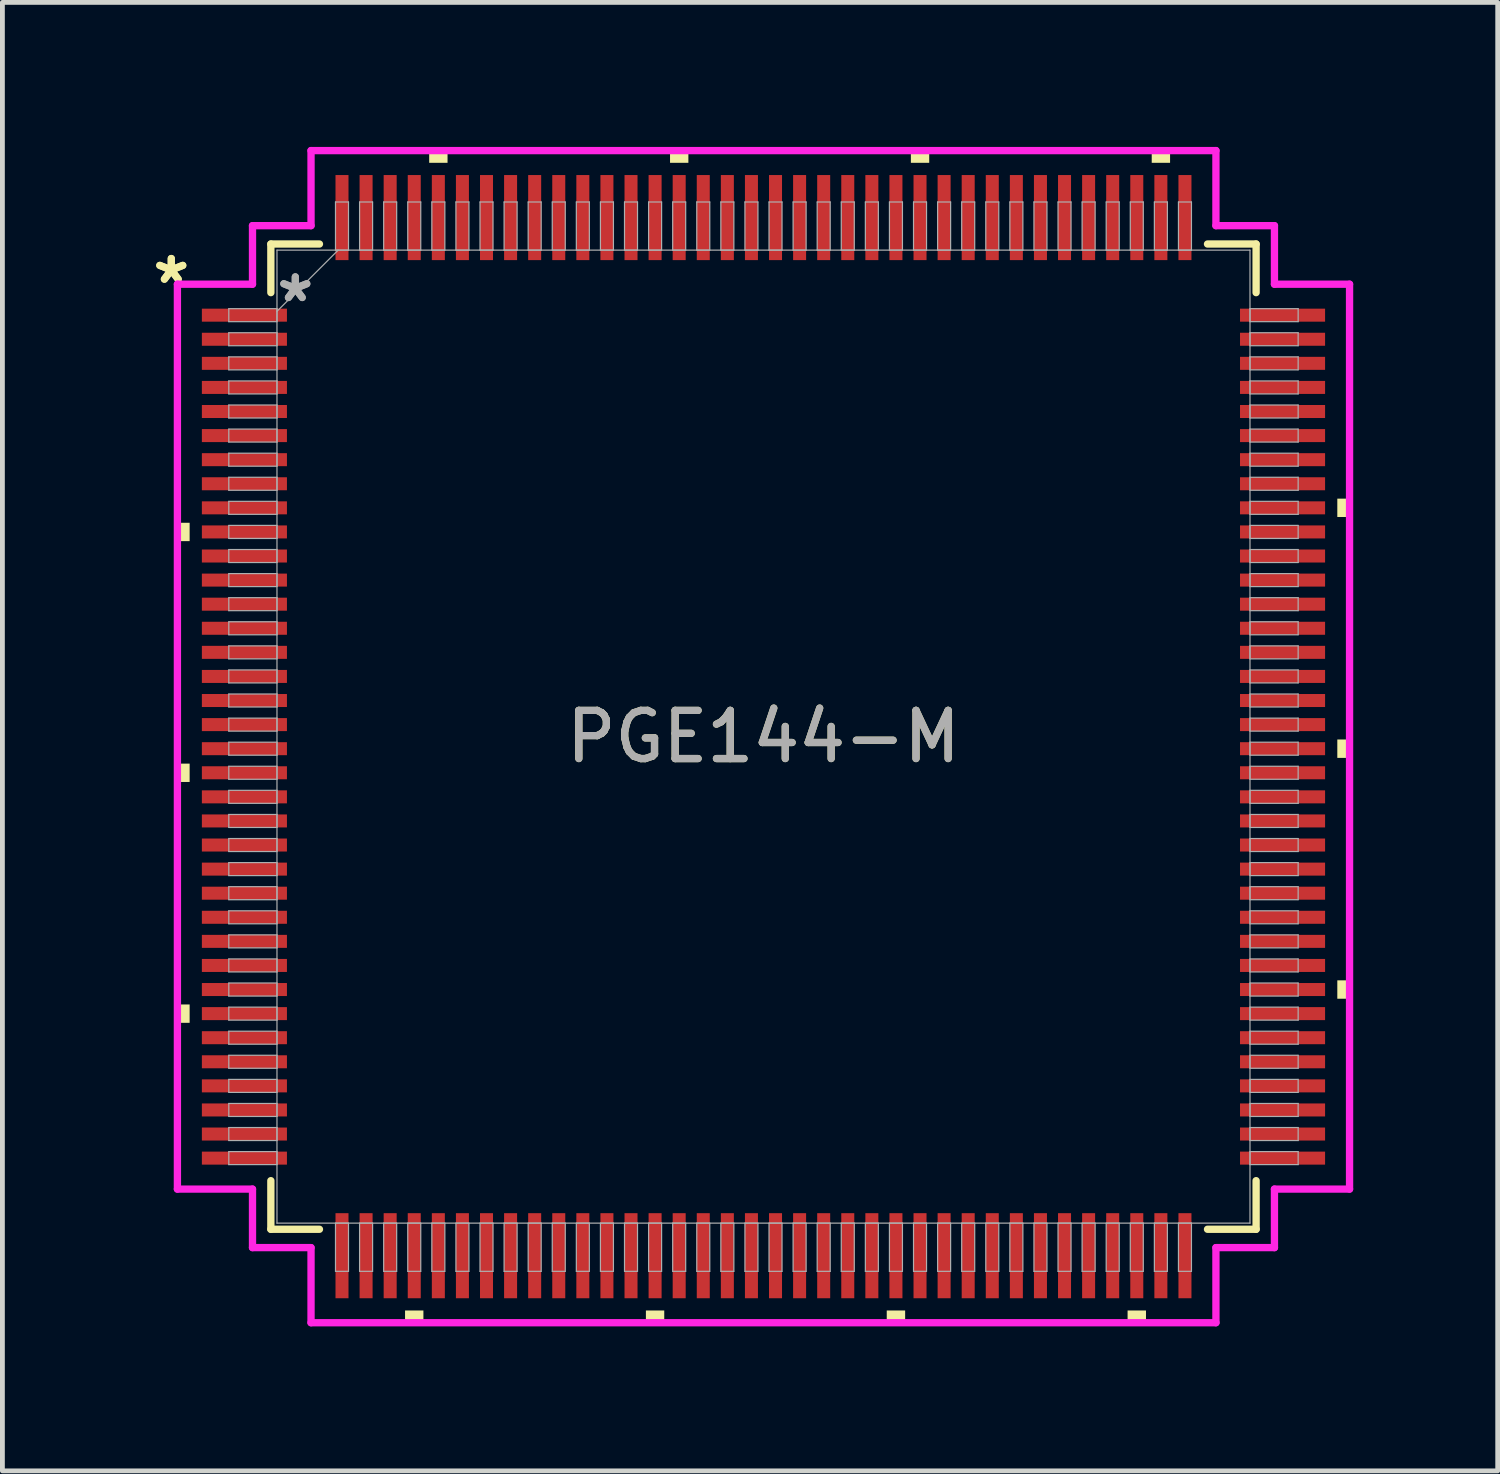
<source format=kicad_pcb>
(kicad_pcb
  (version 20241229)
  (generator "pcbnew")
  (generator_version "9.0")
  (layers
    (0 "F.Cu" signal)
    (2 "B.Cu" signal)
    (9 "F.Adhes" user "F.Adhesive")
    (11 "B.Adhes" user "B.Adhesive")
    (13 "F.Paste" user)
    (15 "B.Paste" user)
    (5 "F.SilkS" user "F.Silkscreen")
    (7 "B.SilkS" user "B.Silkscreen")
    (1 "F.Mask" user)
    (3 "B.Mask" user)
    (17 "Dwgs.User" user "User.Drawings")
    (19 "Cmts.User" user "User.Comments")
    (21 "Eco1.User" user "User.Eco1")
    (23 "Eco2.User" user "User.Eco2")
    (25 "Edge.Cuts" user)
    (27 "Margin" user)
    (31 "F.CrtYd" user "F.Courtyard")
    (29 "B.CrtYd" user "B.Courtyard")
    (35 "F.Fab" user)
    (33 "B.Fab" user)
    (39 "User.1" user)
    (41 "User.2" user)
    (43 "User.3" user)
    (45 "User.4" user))
  (footprint "PGE144-M"
    (layer "F.Cu")
    (at 12.8 12.243)
    (property "Reference" "PGE144-M" (at 0 0 0) (unlocked yes) (layer "F.SilkS") (effects (font (size 1 1) (thickness 0.15))))
    (attr smd)
    (fp_line (start -10.227 -10.227) (end -10.227 -9.218) (stroke (width 0.152) (type solid)) (layer "F.SilkS"))
    (fp_line (start -10.227 9.218) (end -10.227 10.227) (stroke (width 0.152) (type solid)) (layer "F.SilkS"))
    (fp_line (start -10.227 10.227) (end -9.218 10.227) (stroke (width 0.152) (type solid)) (layer "F.SilkS"))
    (fp_line (start -9.218 -10.227) (end -10.227 -10.227) (stroke (width 0.152) (type solid)) (layer "F.SilkS"))
    (fp_line (start 9.218 10.227) (end 10.227 10.227) (stroke (width 0.152) (type solid)) (layer "F.SilkS"))
    (fp_line (start 10.227 -10.227) (end 9.218 -10.227) (stroke (width 0.152) (type solid)) (layer "F.SilkS"))
    (fp_line (start 10.227 -9.218) (end 10.227 -10.227) (stroke (width 0.152) (type solid)) (layer "F.SilkS"))
    (fp_line (start 10.227 10.227) (end 10.227 9.218) (stroke (width 0.152) (type solid)) (layer "F.SilkS"))
    (fp_poly (pts (xy -12.167 -4.44) (xy -12.167 -4.059) (xy -11.913 -4.059) (xy -11.913 -4.44)) (stroke (width 0) (type solid)) (fill yes) (layer "F.SilkS"))
    (fp_poly (pts (xy -12.167 0.56) (xy -12.167 0.941) (xy -11.913 0.941) (xy -11.913 0.56)) (stroke (width 0) (type solid)) (fill yes) (layer "F.SilkS"))
    (fp_poly (pts (xy -12.167 5.56) (xy -12.167 5.941) (xy -11.913 5.941) (xy -11.913 5.56)) (stroke (width 0) (type solid)) (fill yes) (layer "F.SilkS"))
    (fp_poly (pts (xy -7.441 11.913) (xy -7.441 12.167) (xy -7.06 12.167) (xy -7.06 11.913)) (stroke (width 0) (type solid)) (fill yes) (layer "F.SilkS"))
    (fp_poly (pts (xy -6.94 -11.913) (xy -6.94 -12.167) (xy -6.559 -12.167) (xy -6.559 -11.913)) (stroke (width 0) (type solid)) (fill yes) (layer "F.SilkS"))
    (fp_poly (pts (xy -2.441 11.913) (xy -2.441 12.167) (xy -2.06 12.167) (xy -2.06 11.913)) (stroke (width 0) (type solid)) (fill yes) (layer "F.SilkS"))
    (fp_poly (pts (xy -1.94 -11.913) (xy -1.94 -12.167) (xy -1.559 -12.167) (xy -1.559 -11.913)) (stroke (width 0) (type solid)) (fill yes) (layer "F.SilkS"))
    (fp_poly (pts (xy 2.559 11.913) (xy 2.559 12.167) (xy 2.941 12.167) (xy 2.941 11.913)) (stroke (width 0) (type solid)) (fill yes) (layer "F.SilkS"))
    (fp_poly (pts (xy 3.06 -11.913) (xy 3.06 -12.167) (xy 3.441 -12.167) (xy 3.441 -11.913)) (stroke (width 0) (type solid)) (fill yes) (layer "F.SilkS"))
    (fp_poly (pts (xy 7.559 11.913) (xy 7.559 12.167) (xy 7.941 12.167) (xy 7.941 11.913)) (stroke (width 0) (type solid)) (fill yes) (layer "F.SilkS"))
    (fp_poly (pts (xy 8.06 -11.913) (xy 8.06 -12.167) (xy 8.441 -12.167) (xy 8.441 -11.913)) (stroke (width 0) (type solid)) (fill yes) (layer "F.SilkS"))
    (fp_poly (pts (xy 12.167 -4.941) (xy 12.167 -4.56) (xy 11.913 -4.56) (xy 11.913 -4.941)) (stroke (width 0) (type solid)) (fill yes) (layer "F.SilkS"))
    (fp_poly (pts (xy 12.167 0.059) (xy 12.167 0.441) (xy 11.913 0.441) (xy 11.913 0.059)) (stroke (width 0) (type solid)) (fill yes) (layer "F.SilkS"))
    (fp_poly (pts (xy 12.167 5.059) (xy 12.167 5.441) (xy 11.913 5.441) (xy 11.913 5.059)) (stroke (width 0) (type solid)) (fill yes) (layer "F.SilkS"))
    (fp_line (start -12.167 -9.393) (end -10.608 -9.393) (stroke (width 0.152) (type solid)) (layer "F.CrtYd"))
    (fp_line (start -12.167 9.393) (end -12.167 -9.393) (stroke (width 0.152) (type solid)) (layer "F.CrtYd"))
    (fp_line (start -10.608 -10.608) (end -9.393 -10.608) (stroke (width 0.152) (type solid)) (layer "F.CrtYd"))
    (fp_line (start -10.608 -9.393) (end -10.608 -10.608) (stroke (width 0.152) (type solid)) (layer "F.CrtYd"))
    (fp_line (start -10.608 9.393) (end -12.167 9.393) (stroke (width 0.152) (type solid)) (layer "F.CrtYd"))
    (fp_line (start -10.608 10.608) (end -10.608 9.393) (stroke (width 0.152) (type solid)) (layer "F.CrtYd"))
    (fp_line (start -10.608 10.608) (end -9.393 10.608) (stroke (width 0.152) (type solid)) (layer "F.CrtYd"))
    (fp_line (start -9.393 -12.167) (end 9.393 -12.167) (stroke (width 0.152) (type solid)) (layer "F.CrtYd"))
    (fp_line (start -9.393 -10.608) (end -9.393 -12.167) (stroke (width 0.152) (type solid)) (layer "F.CrtYd"))
    (fp_line (start -9.393 10.608) (end -9.393 12.167) (stroke (width 0.152) (type solid)) (layer "F.CrtYd"))
    (fp_line (start -9.393 12.167) (end 9.393 12.167) (stroke (width 0.152) (type solid)) (layer "F.CrtYd"))
    (fp_line (start 9.393 -12.167) (end 9.393 -10.608) (stroke (width 0.152) (type solid)) (layer "F.CrtYd"))
    (fp_line (start 9.393 -10.608) (end 10.608 -10.608) (stroke (width 0.152) (type solid)) (layer "F.CrtYd"))
    (fp_line (start 9.393 10.608) (end 10.608 10.608) (stroke (width 0.152) (type solid)) (layer "F.CrtYd"))
    (fp_line (start 9.393 12.167) (end 9.393 10.608) (stroke (width 0.152) (type solid)) (layer "F.CrtYd"))
    (fp_line (start 10.608 -9.393) (end 10.608 -10.608) (stroke (width 0.152) (type solid)) (layer "F.CrtYd"))
    (fp_line (start 10.608 9.393) (end 12.167 9.393) (stroke (width 0.152) (type solid)) (layer "F.CrtYd"))
    (fp_line (start 10.608 10.608) (end 10.608 9.393) (stroke (width 0.152) (type solid)) (layer "F.CrtYd"))
    (fp_line (start 12.167 -9.393) (end 10.608 -9.393) (stroke (width 0.152) (type solid)) (layer "F.CrtYd"))
    (fp_line (start 12.167 9.393) (end 12.167 -9.393) (stroke (width 0.152) (type solid)) (layer "F.CrtYd"))
    (fp_line (start -11.1 -8.885) (end -11.1 -8.615) (stroke (width 0.025) (type solid)) (layer "F.Fab"))
    (fp_line (start -11.1 -8.615) (end -10.1 -8.615) (stroke (width 0.025) (type solid)) (layer "F.Fab"))
    (fp_line (start -11.1 -8.385) (end -11.1 -8.115) (stroke (width 0.025) (type solid)) (layer "F.Fab"))
    (fp_line (start -11.1 -8.115) (end -10.1 -8.115) (stroke (width 0.025) (type solid)) (layer "F.Fab"))
    (fp_line (start -11.1 -7.885) (end -11.1 -7.615) (stroke (width 0.025) (type solid)) (layer "F.Fab"))
    (fp_line (start -11.1 -7.615) (end -10.1 -7.615) (stroke (width 0.025) (type solid)) (layer "F.Fab"))
    (fp_line (start -11.1 -7.385) (end -11.1 -7.115) (stroke (width 0.025) (type solid)) (layer "F.Fab"))
    (fp_line (start -11.1 -7.115) (end -10.1 -7.115) (stroke (width 0.025) (type solid)) (layer "F.Fab"))
    (fp_line (start -11.1 -6.885) (end -11.1 -6.615) (stroke (width 0.025) (type solid)) (layer "F.Fab"))
    (fp_line (start -11.1 -6.615) (end -10.1 -6.615) (stroke (width 0.025) (type solid)) (layer "F.Fab"))
    (fp_line (start -11.1 -6.385) (end -11.1 -6.115) (stroke (width 0.025) (type solid)) (layer "F.Fab"))
    (fp_line (start -11.1 -6.115) (end -10.1 -6.115) (stroke (width 0.025) (type solid)) (layer "F.Fab"))
    (fp_line (start -11.1 -5.885) (end -11.1 -5.615) (stroke (width 0.025) (type solid)) (layer "F.Fab"))
    (fp_line (start -11.1 -5.615) (end -10.1 -5.615) (stroke (width 0.025) (type solid)) (layer "F.Fab"))
    (fp_line (start -11.1 -5.385) (end -11.1 -5.115) (stroke (width 0.025) (type solid)) (layer "F.Fab"))
    (fp_line (start -11.1 -5.115) (end -10.1 -5.115) (stroke (width 0.025) (type solid)) (layer "F.Fab"))
    (fp_line (start -11.1 -4.885) (end -11.1 -4.615) (stroke (width 0.025) (type solid)) (layer "F.Fab"))
    (fp_line (start -11.1 -4.615) (end -10.1 -4.615) (stroke (width 0.025) (type solid)) (layer "F.Fab"))
    (fp_line (start -11.1 -4.385) (end -11.1 -4.115) (stroke (width 0.025) (type solid)) (layer "F.Fab"))
    (fp_line (start -11.1 -4.115) (end -10.1 -4.115) (stroke (width 0.025) (type solid)) (layer "F.Fab"))
    (fp_line (start -11.1 -3.885) (end -11.1 -3.615) (stroke (width 0.025) (type solid)) (layer "F.Fab"))
    (fp_line (start -11.1 -3.615) (end -10.1 -3.615) (stroke (width 0.025) (type solid)) (layer "F.Fab"))
    (fp_line (start -11.1 -3.385) (end -11.1 -3.115) (stroke (width 0.025) (type solid)) (layer "F.Fab"))
    (fp_line (start -11.1 -3.115) (end -10.1 -3.115) (stroke (width 0.025) (type solid)) (layer "F.Fab"))
    (fp_line (start -11.1 -2.885) (end -11.1 -2.615) (stroke (width 0.025) (type solid)) (layer "F.Fab"))
    (fp_line (start -11.1 -2.615) (end -10.1 -2.615) (stroke (width 0.025) (type solid)) (layer "F.Fab"))
    (fp_line (start -11.1 -2.385) (end -11.1 -2.115) (stroke (width 0.025) (type solid)) (layer "F.Fab"))
    (fp_line (start -11.1 -2.115) (end -10.1 -2.115) (stroke (width 0.025) (type solid)) (layer "F.Fab"))
    (fp_line (start -11.1 -1.885) (end -11.1 -1.615) (stroke (width 0.025) (type solid)) (layer "F.Fab"))
    (fp_line (start -11.1 -1.615) (end -10.1 -1.615) (stroke (width 0.025) (type solid)) (layer "F.Fab"))
    (fp_line (start -11.1 -1.385) (end -11.1 -1.115) (stroke (width 0.025) (type solid)) (layer "F.Fab"))
    (fp_line (start -11.1 -1.115) (end -10.1 -1.115) (stroke (width 0.025) (type solid)) (layer "F.Fab"))
    (fp_line (start -11.1 -0.885) (end -11.1 -0.615) (stroke (width 0.025) (type solid)) (layer "F.Fab"))
    (fp_line (start -11.1 -0.615) (end -10.1 -0.615) (stroke (width 0.025) (type solid)) (layer "F.Fab"))
    (fp_line (start -11.1 -0.385) (end -11.1 -0.115) (stroke (width 0.025) (type solid)) (layer "F.Fab"))
    (fp_line (start -11.1 -0.115) (end -10.1 -0.115) (stroke (width 0.025) (type solid)) (layer "F.Fab"))
    (fp_line (start -11.1 0.115) (end -11.1 0.385) (stroke (width 0.025) (type solid)) (layer "F.Fab"))
    (fp_line (start -11.1 0.385) (end -10.1 0.385) (stroke (width 0.025) (type solid)) (layer "F.Fab"))
    (fp_line (start -11.1 0.615) (end -11.1 0.885) (stroke (width 0.025) (type solid)) (layer "F.Fab"))
    (fp_line (start -11.1 0.885) (end -10.1 0.885) (stroke (width 0.025) (type solid)) (layer "F.Fab"))
    (fp_line (start -11.1 1.115) (end -11.1 1.385) (stroke (width 0.025) (type solid)) (layer "F.Fab"))
    (fp_line (start -11.1 1.385) (end -10.1 1.385) (stroke (width 0.025) (type solid)) (layer "F.Fab"))
    (fp_line (start -11.1 1.615) (end -11.1 1.885) (stroke (width 0.025) (type solid)) (layer "F.Fab"))
    (fp_line (start -11.1 1.885) (end -10.1 1.885) (stroke (width 0.025) (type solid)) (layer "F.Fab"))
    (fp_line (start -11.1 2.115) (end -11.1 2.385) (stroke (width 0.025) (type solid)) (layer "F.Fab"))
    (fp_line (start -11.1 2.385) (end -10.1 2.385) (stroke (width 0.025) (type solid)) (layer "F.Fab"))
    (fp_line (start -11.1 2.615) (end -11.1 2.885) (stroke (width 0.025) (type solid)) (layer "F.Fab"))
    (fp_line (start -11.1 2.885) (end -10.1 2.885) (stroke (width 0.025) (type solid)) (layer "F.Fab"))
    (fp_line (start -11.1 3.115) (end -11.1 3.385) (stroke (width 0.025) (type solid)) (layer "F.Fab"))
    (fp_line (start -11.1 3.385) (end -10.1 3.385) (stroke (width 0.025) (type solid)) (layer "F.Fab"))
    (fp_line (start -11.1 3.615) (end -11.1 3.885) (stroke (width 0.025) (type solid)) (layer "F.Fab"))
    (fp_line (start -11.1 3.885) (end -10.1 3.885) (stroke (width 0.025) (type solid)) (layer "F.Fab"))
    (fp_line (start -11.1 4.115) (end -11.1 4.385) (stroke (width 0.025) (type solid)) (layer "F.Fab"))
    (fp_line (start -11.1 4.385) (end -10.1 4.385) (stroke (width 0.025) (type solid)) (layer "F.Fab"))
    (fp_line (start -11.1 4.615) (end -11.1 4.885) (stroke (width 0.025) (type solid)) (layer "F.Fab"))
    (fp_line (start -11.1 4.885) (end -10.1 4.885) (stroke (width 0.025) (type solid)) (layer "F.Fab"))
    (fp_line (start -11.1 5.115) (end -11.1 5.385) (stroke (width 0.025) (type solid)) (layer "F.Fab"))
    (fp_line (start -11.1 5.385) (end -10.1 5.385) (stroke (width 0.025) (type solid)) (layer "F.Fab"))
    (fp_line (start -11.1 5.615) (end -11.1 5.885) (stroke (width 0.025) (type solid)) (layer "F.Fab"))
    (fp_line (start -11.1 5.885) (end -10.1 5.885) (stroke (width 0.025) (type solid)) (layer "F.Fab"))
    (fp_line (start -11.1 6.115) (end -11.1 6.385) (stroke (width 0.025) (type solid)) (layer "F.Fab"))
    (fp_line (start -11.1 6.385) (end -10.1 6.385) (stroke (width 0.025) (type solid)) (layer "F.Fab"))
    (fp_line (start -11.1 6.615) (end -11.1 6.885) (stroke (width 0.025) (type solid)) (layer "F.Fab"))
    (fp_line (start -11.1 6.885) (end -10.1 6.885) (stroke (width 0.025) (type solid)) (layer "F.Fab"))
    (fp_line (start -11.1 7.115) (end -11.1 7.385) (stroke (width 0.025) (type solid)) (layer "F.Fab"))
    (fp_line (start -11.1 7.385) (end -10.1 7.385) (stroke (width 0.025) (type solid)) (layer "F.Fab"))
    (fp_line (start -11.1 7.615) (end -11.1 7.885) (stroke (width 0.025) (type solid)) (layer "F.Fab"))
    (fp_line (start -11.1 7.885) (end -10.1 7.885) (stroke (width 0.025) (type solid)) (layer "F.Fab"))
    (fp_line (start -11.1 8.115) (end -11.1 8.385) (stroke (width 0.025) (type solid)) (layer "F.Fab"))
    (fp_line (start -11.1 8.385) (end -10.1 8.385) (stroke (width 0.025) (type solid)) (layer "F.Fab"))
    (fp_line (start -11.1 8.615) (end -11.1 8.885) (stroke (width 0.025) (type solid)) (layer "F.Fab"))
    (fp_line (start -11.1 8.885) (end -10.1 8.885) (stroke (width 0.025) (type solid)) (layer "F.Fab"))
    (fp_line (start -10.1 -10.1) (end -10.1 10.1) (stroke (width 0.025) (type solid)) (layer "F.Fab"))
    (fp_line (start -10.1 -8.885) (end -11.1 -8.885) (stroke (width 0.025) (type solid)) (layer "F.Fab"))
    (fp_line (start -10.1 -8.83) (end -8.83 -10.1) (stroke (width 0.025) (type solid)) (layer "F.Fab"))
    (fp_line (start -10.1 -8.615) (end -10.1 -8.885) (stroke (width 0.025) (type solid)) (layer "F.Fab"))
    (fp_line (start -10.1 -8.385) (end -11.1 -8.385) (stroke (width 0.025) (type solid)) (layer "F.Fab"))
    (fp_line (start -10.1 -8.115) (end -10.1 -8.385) (stroke (width 0.025) (type solid)) (layer "F.Fab"))
    (fp_line (start -10.1 -7.885) (end -11.1 -7.885) (stroke (width 0.025) (type solid)) (layer "F.Fab"))
    (fp_line (start -10.1 -7.615) (end -10.1 -7.885) (stroke (width 0.025) (type solid)) (layer "F.Fab"))
    (fp_line (start -10.1 -7.385) (end -11.1 -7.385) (stroke (width 0.025) (type solid)) (layer "F.Fab"))
    (fp_line (start -10.1 -7.115) (end -10.1 -7.385) (stroke (width 0.025) (type solid)) (layer "F.Fab"))
    (fp_line (start -10.1 -6.885) (end -11.1 -6.885) (stroke (width 0.025) (type solid)) (layer "F.Fab"))
    (fp_line (start -10.1 -6.615) (end -10.1 -6.885) (stroke (width 0.025) (type solid)) (layer "F.Fab"))
    (fp_line (start -10.1 -6.385) (end -11.1 -6.385) (stroke (width 0.025) (type solid)) (layer "F.Fab"))
    (fp_line (start -10.1 -6.115) (end -10.1 -6.385) (stroke (width 0.025) (type solid)) (layer "F.Fab"))
    (fp_line (start -10.1 -5.885) (end -11.1 -5.885) (stroke (width 0.025) (type solid)) (layer "F.Fab"))
    (fp_line (start -10.1 -5.615) (end -10.1 -5.885) (stroke (width 0.025) (type solid)) (layer "F.Fab"))
    (fp_line (start -10.1 -5.385) (end -11.1 -5.385) (stroke (width 0.025) (type solid)) (layer "F.Fab"))
    (fp_line (start -10.1 -5.115) (end -10.1 -5.385) (stroke (width 0.025) (type solid)) (layer "F.Fab"))
    (fp_line (start -10.1 -4.885) (end -11.1 -4.885) (stroke (width 0.025) (type solid)) (layer "F.Fab"))
    (fp_line (start -10.1 -4.615) (end -10.1 -4.885) (stroke (width 0.025) (type solid)) (layer "F.Fab"))
    (fp_line (start -10.1 -4.385) (end -11.1 -4.385) (stroke (width 0.025) (type solid)) (layer "F.Fab"))
    (fp_line (start -10.1 -4.115) (end -10.1 -4.385) (stroke (width 0.025) (type solid)) (layer "F.Fab"))
    (fp_line (start -10.1 -3.885) (end -11.1 -3.885) (stroke (width 0.025) (type solid)) (layer "F.Fab"))
    (fp_line (start -10.1 -3.615) (end -10.1 -3.885) (stroke (width 0.025) (type solid)) (layer "F.Fab"))
    (fp_line (start -10.1 -3.385) (end -11.1 -3.385) (stroke (width 0.025) (type solid)) (layer "F.Fab"))
    (fp_line (start -10.1 -3.115) (end -10.1 -3.385) (stroke (width 0.025) (type solid)) (layer "F.Fab"))
    (fp_line (start -10.1 -2.885) (end -11.1 -2.885) (stroke (width 0.025) (type solid)) (layer "F.Fab"))
    (fp_line (start -10.1 -2.615) (end -10.1 -2.885) (stroke (width 0.025) (type solid)) (layer "F.Fab"))
    (fp_line (start -10.1 -2.385) (end -11.1 -2.385) (stroke (width 0.025) (type solid)) (layer "F.Fab"))
    (fp_line (start -10.1 -2.115) (end -10.1 -2.385) (stroke (width 0.025) (type solid)) (layer "F.Fab"))
    (fp_line (start -10.1 -1.885) (end -11.1 -1.885) (stroke (width 0.025) (type solid)) (layer "F.Fab"))
    (fp_line (start -10.1 -1.615) (end -10.1 -1.885) (stroke (width 0.025) (type solid)) (layer "F.Fab"))
    (fp_line (start -10.1 -1.385) (end -11.1 -1.385) (stroke (width 0.025) (type solid)) (layer "F.Fab"))
    (fp_line (start -10.1 -1.115) (end -10.1 -1.385) (stroke (width 0.025) (type solid)) (layer "F.Fab"))
    (fp_line (start -10.1 -0.885) (end -11.1 -0.885) (stroke (width 0.025) (type solid)) (layer "F.Fab"))
    (fp_line (start -10.1 -0.615) (end -10.1 -0.885) (stroke (width 0.025) (type solid)) (layer "F.Fab"))
    (fp_line (start -10.1 -0.385) (end -11.1 -0.385) (stroke (width 0.025) (type solid)) (layer "F.Fab"))
    (fp_line (start -10.1 -0.115) (end -10.1 -0.385) (stroke (width 0.025) (type solid)) (layer "F.Fab"))
    (fp_line (start -10.1 0.115) (end -11.1 0.115) (stroke (width 0.025) (type solid)) (layer "F.Fab"))
    (fp_line (start -10.1 0.385) (end -10.1 0.115) (stroke (width 0.025) (type solid)) (layer "F.Fab"))
    (fp_line (start -10.1 0.615) (end -11.1 0.615) (stroke (width 0.025) (type solid)) (layer "F.Fab"))
    (fp_line (start -10.1 0.885) (end -10.1 0.615) (stroke (width 0.025) (type solid)) (layer "F.Fab"))
    (fp_line (start -10.1 1.115) (end -11.1 1.115) (stroke (width 0.025) (type solid)) (layer "F.Fab"))
    (fp_line (start -10.1 1.385) (end -10.1 1.115) (stroke (width 0.025) (type solid)) (layer "F.Fab"))
    (fp_line (start -10.1 1.615) (end -11.1 1.615) (stroke (width 0.025) (type solid)) (layer "F.Fab"))
    (fp_line (start -10.1 1.885) (end -10.1 1.615) (stroke (width 0.025) (type solid)) (layer "F.Fab"))
    (fp_line (start -10.1 2.115) (end -11.1 2.115) (stroke (width 0.025) (type solid)) (layer "F.Fab"))
    (fp_line (start -10.1 2.385) (end -10.1 2.115) (stroke (width 0.025) (type solid)) (layer "F.Fab"))
    (fp_line (start -10.1 2.615) (end -11.1 2.615) (stroke (width 0.025) (type solid)) (layer "F.Fab"))
    (fp_line (start -10.1 2.885) (end -10.1 2.615) (stroke (width 0.025) (type solid)) (layer "F.Fab"))
    (fp_line (start -10.1 3.115) (end -11.1 3.115) (stroke (width 0.025) (type solid)) (layer "F.Fab"))
    (fp_line (start -10.1 3.385) (end -10.1 3.115) (stroke (width 0.025) (type solid)) (layer "F.Fab"))
    (fp_line (start -10.1 3.615) (end -11.1 3.615) (stroke (width 0.025) (type solid)) (layer "F.Fab"))
    (fp_line (start -10.1 3.885) (end -10.1 3.615) (stroke (width 0.025) (type solid)) (layer "F.Fab"))
    (fp_line (start -10.1 4.115) (end -11.1 4.115) (stroke (width 0.025) (type solid)) (layer "F.Fab"))
    (fp_line (start -10.1 4.385) (end -10.1 4.115) (stroke (width 0.025) (type solid)) (layer "F.Fab"))
    (fp_line (start -10.1 4.615) (end -11.1 4.615) (stroke (width 0.025) (type solid)) (layer "F.Fab"))
    (fp_line (start -10.1 4.885) (end -10.1 4.615) (stroke (width 0.025) (type solid)) (layer "F.Fab"))
    (fp_line (start -10.1 5.115) (end -11.1 5.115) (stroke (width 0.025) (type solid)) (layer "F.Fab"))
    (fp_line (start -10.1 5.385) (end -10.1 5.115) (stroke (width 0.025) (type solid)) (layer "F.Fab"))
    (fp_line (start -10.1 5.615) (end -11.1 5.615) (stroke (width 0.025) (type solid)) (layer "F.Fab"))
    (fp_line (start -10.1 5.885) (end -10.1 5.615) (stroke (width 0.025) (type solid)) (layer "F.Fab"))
    (fp_line (start -10.1 6.115) (end -11.1 6.115) (stroke (width 0.025) (type solid)) (layer "F.Fab"))
    (fp_line (start -10.1 6.385) (end -10.1 6.115) (stroke (width 0.025) (type solid)) (layer "F.Fab"))
    (fp_line (start -10.1 6.615) (end -11.1 6.615) (stroke (width 0.025) (type solid)) (layer "F.Fab"))
    (fp_line (start -10.1 6.885) (end -10.1 6.615) (stroke (width 0.025) (type solid)) (layer "F.Fab"))
    (fp_line (start -10.1 7.115) (end -11.1 7.115) (stroke (width 0.025) (type solid)) (layer "F.Fab"))
    (fp_line (start -10.1 7.385) (end -10.1 7.115) (stroke (width 0.025) (type solid)) (layer "F.Fab"))
    (fp_line (start -10.1 7.615) (end -11.1 7.615) (stroke (width 0.025) (type solid)) (layer "F.Fab"))
    (fp_line (start -10.1 7.885) (end -10.1 7.615) (stroke (width 0.025) (type solid)) (layer "F.Fab"))
    (fp_line (start -10.1 8.115) (end -11.1 8.115) (stroke (width 0.025) (type solid)) (layer "F.Fab"))
    (fp_line (start -10.1 8.385) (end -10.1 8.115) (stroke (width 0.025) (type solid)) (layer "F.Fab"))
    (fp_line (start -10.1 8.615) (end -11.1 8.615) (stroke (width 0.025) (type solid)) (layer "F.Fab"))
    (fp_line (start -10.1 8.885) (end -10.1 8.615) (stroke (width 0.025) (type solid)) (layer "F.Fab"))
    (fp_line (start -10.1 10.1) (end 10.1 10.1) (stroke (width 0.025) (type solid)) (layer "F.Fab"))
    (fp_line (start -8.885 -11.1) (end -8.885 -10.1) (stroke (width 0.025) (type solid)) (layer "F.Fab"))
    (fp_line (start -8.885 -10.1) (end -8.615 -10.1) (stroke (width 0.025) (type solid)) (layer "F.Fab"))
    (fp_line (start -8.885 10.1) (end -8.885 11.1) (stroke (width 0.025) (type solid)) (layer "F.Fab"))
    (fp_line (start -8.885 11.1) (end -8.615 11.1) (stroke (width 0.025) (type solid)) (layer "F.Fab"))
    (fp_line (start -8.615 -11.1) (end -8.885 -11.1) (stroke (width 0.025) (type solid)) (layer "F.Fab"))
    (fp_line (start -8.615 -10.1) (end -8.615 -11.1) (stroke (width 0.025) (type solid)) (layer "F.Fab"))
    (fp_line (start -8.615 10.1) (end -8.885 10.1) (stroke (width 0.025) (type solid)) (layer "F.Fab"))
    (fp_line (start -8.615 11.1) (end -8.615 10.1) (stroke (width 0.025) (type solid)) (layer "F.Fab"))
    (fp_line (start -8.385 -11.1) (end -8.385 -10.1) (stroke (width 0.025) (type solid)) (layer "F.Fab"))
    (fp_line (start -8.385 -10.1) (end -8.115 -10.1) (stroke (width 0.025) (type solid)) (layer "F.Fab"))
    (fp_line (start -8.385 10.1) (end -8.385 11.1) (stroke (width 0.025) (type solid)) (layer "F.Fab"))
    (fp_line (start -8.385 11.1) (end -8.115 11.1) (stroke (width 0.025) (type solid)) (layer "F.Fab"))
    (fp_line (start -8.115 -11.1) (end -8.385 -11.1) (stroke (width 0.025) (type solid)) (layer "F.Fab"))
    (fp_line (start -8.115 -10.1) (end -8.115 -11.1) (stroke (width 0.025) (type solid)) (layer "F.Fab"))
    (fp_line (start -8.115 10.1) (end -8.385 10.1) (stroke (width 0.025) (type solid)) (layer "F.Fab"))
    (fp_line (start -8.115 11.1) (end -8.115 10.1) (stroke (width 0.025) (type solid)) (layer "F.Fab"))
    (fp_line (start -7.885 -11.1) (end -7.885 -10.1) (stroke (width 0.025) (type solid)) (layer "F.Fab"))
    (fp_line (start -7.885 -10.1) (end -7.615 -10.1) (stroke (width 0.025) (type solid)) (layer "F.Fab"))
    (fp_line (start -7.885 10.1) (end -7.885 11.1) (stroke (width 0.025) (type solid)) (layer "F.Fab"))
    (fp_line (start -7.885 11.1) (end -7.615 11.1) (stroke (width 0.025) (type solid)) (layer "F.Fab"))
    (fp_line (start -7.615 -11.1) (end -7.885 -11.1) (stroke (width 0.025) (type solid)) (layer "F.Fab"))
    (fp_line (start -7.615 -10.1) (end -7.615 -11.1) (stroke (width 0.025) (type solid)) (layer "F.Fab"))
    (fp_line (start -7.615 10.1) (end -7.885 10.1) (stroke (width 0.025) (type solid)) (layer "F.Fab"))
    (fp_line (start -7.615 11.1) (end -7.615 10.1) (stroke (width 0.025) (type solid)) (layer "F.Fab"))
    (fp_line (start -7.385 -11.1) (end -7.385 -10.1) (stroke (width 0.025) (type solid)) (layer "F.Fab"))
    (fp_line (start -7.385 -10.1) (end -7.115 -10.1) (stroke (width 0.025) (type solid)) (layer "F.Fab"))
    (fp_line (start -7.385 10.1) (end -7.385 11.1) (stroke (width 0.025) (type solid)) (layer "F.Fab"))
    (fp_line (start -7.385 11.1) (end -7.115 11.1) (stroke (width 0.025) (type solid)) (layer "F.Fab"))
    (fp_line (start -7.115 -11.1) (end -7.385 -11.1) (stroke (width 0.025) (type solid)) (layer "F.Fab"))
    (fp_line (start -7.115 -10.1) (end -7.115 -11.1) (stroke (width 0.025) (type solid)) (layer "F.Fab"))
    (fp_line (start -7.115 10.1) (end -7.385 10.1) (stroke (width 0.025) (type solid)) (layer "F.Fab"))
    (fp_line (start -7.115 11.1) (end -7.115 10.1) (stroke (width 0.025) (type solid)) (layer "F.Fab"))
    (fp_line (start -6.885 -11.1) (end -6.885 -10.1) (stroke (width 0.025) (type solid)) (layer "F.Fab"))
    (fp_line (start -6.885 -10.1) (end -6.615 -10.1) (stroke (width 0.025) (type solid)) (layer "F.Fab"))
    (fp_line (start -6.885 10.1) (end -6.885 11.1) (stroke (width 0.025) (type solid)) (layer "F.Fab"))
    (fp_line (start -6.885 11.1) (end -6.615 11.1) (stroke (width 0.025) (type solid)) (layer "F.Fab"))
    (fp_line (start -6.615 -11.1) (end -6.885 -11.1) (stroke (width 0.025) (type solid)) (layer "F.Fab"))
    (fp_line (start -6.615 -10.1) (end -6.615 -11.1) (stroke (width 0.025) (type solid)) (layer "F.Fab"))
    (fp_line (start -6.615 10.1) (end -6.885 10.1) (stroke (width 0.025) (type solid)) (layer "F.Fab"))
    (fp_line (start -6.615 11.1) (end -6.615 10.1) (stroke (width 0.025) (type solid)) (layer "F.Fab"))
    (fp_line (start -6.385 -11.1) (end -6.385 -10.1) (stroke (width 0.025) (type solid)) (layer "F.Fab"))
    (fp_line (start -6.385 -10.1) (end -6.115 -10.1) (stroke (width 0.025) (type solid)) (layer "F.Fab"))
    (fp_line (start -6.385 10.1) (end -6.385 11.1) (stroke (width 0.025) (type solid)) (layer "F.Fab"))
    (fp_line (start -6.385 11.1) (end -6.115 11.1) (stroke (width 0.025) (type solid)) (layer "F.Fab"))
    (fp_line (start -6.115 -11.1) (end -6.385 -11.1) (stroke (width 0.025) (type solid)) (layer "F.Fab"))
    (fp_line (start -6.115 -10.1) (end -6.115 -11.1) (stroke (width 0.025) (type solid)) (layer "F.Fab"))
    (fp_line (start -6.115 10.1) (end -6.385 10.1) (stroke (width 0.025) (type solid)) (layer "F.Fab"))
    (fp_line (start -6.115 11.1) (end -6.115 10.1) (stroke (width 0.025) (type solid)) (layer "F.Fab"))
    (fp_line (start -5.885 -11.1) (end -5.885 -10.1) (stroke (width 0.025) (type solid)) (layer "F.Fab"))
    (fp_line (start -5.885 -10.1) (end -5.615 -10.1) (stroke (width 0.025) (type solid)) (layer "F.Fab"))
    (fp_line (start -5.885 10.1) (end -5.885 11.1) (stroke (width 0.025) (type solid)) (layer "F.Fab"))
    (fp_line (start -5.885 11.1) (end -5.615 11.1) (stroke (width 0.025) (type solid)) (layer "F.Fab"))
    (fp_line (start -5.615 -11.1) (end -5.885 -11.1) (stroke (width 0.025) (type solid)) (layer "F.Fab"))
    (fp_line (start -5.615 -10.1) (end -5.615 -11.1) (stroke (width 0.025) (type solid)) (layer "F.Fab"))
    (fp_line (start -5.615 10.1) (end -5.885 10.1) (stroke (width 0.025) (type solid)) (layer "F.Fab"))
    (fp_line (start -5.615 11.1) (end -5.615 10.1) (stroke (width 0.025) (type solid)) (layer "F.Fab"))
    (fp_line (start -5.385 -11.1) (end -5.385 -10.1) (stroke (width 0.025) (type solid)) (layer "F.Fab"))
    (fp_line (start -5.385 -10.1) (end -5.115 -10.1) (stroke (width 0.025) (type solid)) (layer "F.Fab"))
    (fp_line (start -5.385 10.1) (end -5.385 11.1) (stroke (width 0.025) (type solid)) (layer "F.Fab"))
    (fp_line (start -5.385 11.1) (end -5.115 11.1) (stroke (width 0.025) (type solid)) (layer "F.Fab"))
    (fp_line (start -5.115 -11.1) (end -5.385 -11.1) (stroke (width 0.025) (type solid)) (layer "F.Fab"))
    (fp_line (start -5.115 -10.1) (end -5.115 -11.1) (stroke (width 0.025) (type solid)) (layer "F.Fab"))
    (fp_line (start -5.115 10.1) (end -5.385 10.1) (stroke (width 0.025) (type solid)) (layer "F.Fab"))
    (fp_line (start -5.115 11.1) (end -5.115 10.1) (stroke (width 0.025) (type solid)) (layer "F.Fab"))
    (fp_line (start -4.885 -11.1) (end -4.885 -10.1) (stroke (width 0.025) (type solid)) (layer "F.Fab"))
    (fp_line (start -4.885 -10.1) (end -4.615 -10.1) (stroke (width 0.025) (type solid)) (layer "F.Fab"))
    (fp_line (start -4.885 10.1) (end -4.885 11.1) (stroke (width 0.025) (type solid)) (layer "F.Fab"))
    (fp_line (start -4.885 11.1) (end -4.615 11.1) (stroke (width 0.025) (type solid)) (layer "F.Fab"))
    (fp_line (start -4.615 -11.1) (end -4.885 -11.1) (stroke (width 0.025) (type solid)) (layer "F.Fab"))
    (fp_line (start -4.615 -10.1) (end -4.615 -11.1) (stroke (width 0.025) (type solid)) (layer "F.Fab"))
    (fp_line (start -4.615 10.1) (end -4.885 10.1) (stroke (width 0.025) (type solid)) (layer "F.Fab"))
    (fp_line (start -4.615 11.1) (end -4.615 10.1) (stroke (width 0.025) (type solid)) (layer "F.Fab"))
    (fp_line (start -4.385 -11.1) (end -4.385 -10.1) (stroke (width 0.025) (type solid)) (layer "F.Fab"))
    (fp_line (start -4.385 -10.1) (end -4.115 -10.1) (stroke (width 0.025) (type solid)) (layer "F.Fab"))
    (fp_line (start -4.385 10.1) (end -4.385 11.1) (stroke (width 0.025) (type solid)) (layer "F.Fab"))
    (fp_line (start -4.385 11.1) (end -4.115 11.1) (stroke (width 0.025) (type solid)) (layer "F.Fab"))
    (fp_line (start -4.115 -11.1) (end -4.385 -11.1) (stroke (width 0.025) (type solid)) (layer "F.Fab"))
    (fp_line (start -4.115 -10.1) (end -4.115 -11.1) (stroke (width 0.025) (type solid)) (layer "F.Fab"))
    (fp_line (start -4.115 10.1) (end -4.385 10.1) (stroke (width 0.025) (type solid)) (layer "F.Fab"))
    (fp_line (start -4.115 11.1) (end -4.115 10.1) (stroke (width 0.025) (type solid)) (layer "F.Fab"))
    (fp_line (start -3.885 -11.1) (end -3.885 -10.1) (stroke (width 0.025) (type solid)) (layer "F.Fab"))
    (fp_line (start -3.885 -10.1) (end -3.615 -10.1) (stroke (width 0.025) (type solid)) (layer "F.Fab"))
    (fp_line (start -3.885 10.1) (end -3.885 11.1) (stroke (width 0.025) (type solid)) (layer "F.Fab"))
    (fp_line (start -3.885 11.1) (end -3.615 11.1) (stroke (width 0.025) (type solid)) (layer "F.Fab"))
    (fp_line (start -3.615 -11.1) (end -3.885 -11.1) (stroke (width 0.025) (type solid)) (layer "F.Fab"))
    (fp_line (start -3.615 -10.1) (end -3.615 -11.1) (stroke (width 0.025) (type solid)) (layer "F.Fab"))
    (fp_line (start -3.615 10.1) (end -3.885 10.1) (stroke (width 0.025) (type solid)) (layer "F.Fab"))
    (fp_line (start -3.615 11.1) (end -3.615 10.1) (stroke (width 0.025) (type solid)) (layer "F.Fab"))
    (fp_line (start -3.385 -11.1) (end -3.385 -10.1) (stroke (width 0.025) (type solid)) (layer "F.Fab"))
    (fp_line (start -3.385 -10.1) (end -3.115 -10.1) (stroke (width 0.025) (type solid)) (layer "F.Fab"))
    (fp_line (start -3.385 10.1) (end -3.385 11.1) (stroke (width 0.025) (type solid)) (layer "F.Fab"))
    (fp_line (start -3.385 11.1) (end -3.115 11.1) (stroke (width 0.025) (type solid)) (layer "F.Fab"))
    (fp_line (start -3.115 -11.1) (end -3.385 -11.1) (stroke (width 0.025) (type solid)) (layer "F.Fab"))
    (fp_line (start -3.115 -10.1) (end -3.115 -11.1) (stroke (width 0.025) (type solid)) (layer "F.Fab"))
    (fp_line (start -3.115 10.1) (end -3.385 10.1) (stroke (width 0.025) (type solid)) (layer "F.Fab"))
    (fp_line (start -3.115 11.1) (end -3.115 10.1) (stroke (width 0.025) (type solid)) (layer "F.Fab"))
    (fp_line (start -2.885 -11.1) (end -2.885 -10.1) (stroke (width 0.025) (type solid)) (layer "F.Fab"))
    (fp_line (start -2.885 -10.1) (end -2.615 -10.1) (stroke (width 0.025) (type solid)) (layer "F.Fab"))
    (fp_line (start -2.885 10.1) (end -2.885 11.1) (stroke (width 0.025) (type solid)) (layer "F.Fab"))
    (fp_line (start -2.885 11.1) (end -2.615 11.1) (stroke (width 0.025) (type solid)) (layer "F.Fab"))
    (fp_line (start -2.615 -11.1) (end -2.885 -11.1) (stroke (width 0.025) (type solid)) (layer "F.Fab"))
    (fp_line (start -2.615 -10.1) (end -2.615 -11.1) (stroke (width 0.025) (type solid)) (layer "F.Fab"))
    (fp_line (start -2.615 10.1) (end -2.885 10.1) (stroke (width 0.025) (type solid)) (layer "F.Fab"))
    (fp_line (start -2.615 11.1) (end -2.615 10.1) (stroke (width 0.025) (type solid)) (layer "F.Fab"))
    (fp_line (start -2.385 -11.1) (end -2.385 -10.1) (stroke (width 0.025) (type solid)) (layer "F.Fab"))
    (fp_line (start -2.385 -10.1) (end -2.115 -10.1) (stroke (width 0.025) (type solid)) (layer "F.Fab"))
    (fp_line (start -2.385 10.1) (end -2.385 11.1) (stroke (width 0.025) (type solid)) (layer "F.Fab"))
    (fp_line (start -2.385 11.1) (end -2.115 11.1) (stroke (width 0.025) (type solid)) (layer "F.Fab"))
    (fp_line (start -2.115 -11.1) (end -2.385 -11.1) (stroke (width 0.025) (type solid)) (layer "F.Fab"))
    (fp_line (start -2.115 -10.1) (end -2.115 -11.1) (stroke (width 0.025) (type solid)) (layer "F.Fab"))
    (fp_line (start -2.115 10.1) (end -2.385 10.1) (stroke (width 0.025) (type solid)) (layer "F.Fab"))
    (fp_line (start -2.115 11.1) (end -2.115 10.1) (stroke (width 0.025) (type solid)) (layer "F.Fab"))
    (fp_line (start -1.885 -11.1) (end -1.885 -10.1) (stroke (width 0.025) (type solid)) (layer "F.Fab"))
    (fp_line (start -1.885 -10.1) (end -1.615 -10.1) (stroke (width 0.025) (type solid)) (layer "F.Fab"))
    (fp_line (start -1.885 10.1) (end -1.885 11.1) (stroke (width 0.025) (type solid)) (layer "F.Fab"))
    (fp_line (start -1.885 11.1) (end -1.615 11.1) (stroke (width 0.025) (type solid)) (layer "F.Fab"))
    (fp_line (start -1.615 -11.1) (end -1.885 -11.1) (stroke (width 0.025) (type solid)) (layer "F.Fab"))
    (fp_line (start -1.615 -10.1) (end -1.615 -11.1) (stroke (width 0.025) (type solid)) (layer "F.Fab"))
    (fp_line (start -1.615 10.1) (end -1.885 10.1) (stroke (width 0.025) (type solid)) (layer "F.Fab"))
    (fp_line (start -1.615 11.1) (end -1.615 10.1) (stroke (width 0.025) (type solid)) (layer "F.Fab"))
    (fp_line (start -1.385 -11.1) (end -1.385 -10.1) (stroke (width 0.025) (type solid)) (layer "F.Fab"))
    (fp_line (start -1.385 -10.1) (end -1.115 -10.1) (stroke (width 0.025) (type solid)) (layer "F.Fab"))
    (fp_line (start -1.385 10.1) (end -1.385 11.1) (stroke (width 0.025) (type solid)) (layer "F.Fab"))
    (fp_line (start -1.385 11.1) (end -1.115 11.1) (stroke (width 0.025) (type solid)) (layer "F.Fab"))
    (fp_line (start -1.115 -11.1) (end -1.385 -11.1) (stroke (width 0.025) (type solid)) (layer "F.Fab"))
    (fp_line (start -1.115 -10.1) (end -1.115 -11.1) (stroke (width 0.025) (type solid)) (layer "F.Fab"))
    (fp_line (start -1.115 10.1) (end -1.385 10.1) (stroke (width 0.025) (type solid)) (layer "F.Fab"))
    (fp_line (start -1.115 11.1) (end -1.115 10.1) (stroke (width 0.025) (type solid)) (layer "F.Fab"))
    (fp_line (start -0.885 -11.1) (end -0.885 -10.1) (stroke (width 0.025) (type solid)) (layer "F.Fab"))
    (fp_line (start -0.885 -10.1) (end -0.615 -10.1) (stroke (width 0.025) (type solid)) (layer "F.Fab"))
    (fp_line (start -0.885 10.1) (end -0.885 11.1) (stroke (width 0.025) (type solid)) (layer "F.Fab"))
    (fp_line (start -0.885 11.1) (end -0.615 11.1) (stroke (width 0.025) (type solid)) (layer "F.Fab"))
    (fp_line (start -0.615 -11.1) (end -0.885 -11.1) (stroke (width 0.025) (type solid)) (layer "F.Fab"))
    (fp_line (start -0.615 -10.1) (end -0.615 -11.1) (stroke (width 0.025) (type solid)) (layer "F.Fab"))
    (fp_line (start -0.615 10.1) (end -0.885 10.1) (stroke (width 0.025) (type solid)) (layer "F.Fab"))
    (fp_line (start -0.615 11.1) (end -0.615 10.1) (stroke (width 0.025) (type solid)) (layer "F.Fab"))
    (fp_line (start -0.385 -11.1) (end -0.385 -10.1) (stroke (width 0.025) (type solid)) (layer "F.Fab"))
    (fp_line (start -0.385 -10.1) (end -0.115 -10.1) (stroke (width 0.025) (type solid)) (layer "F.Fab"))
    (fp_line (start -0.385 10.1) (end -0.385 11.1) (stroke (width 0.025) (type solid)) (layer "F.Fab"))
    (fp_line (start -0.385 11.1) (end -0.115 11.1) (stroke (width 0.025) (type solid)) (layer "F.Fab"))
    (fp_line (start -0.115 -11.1) (end -0.385 -11.1) (stroke (width 0.025) (type solid)) (layer "F.Fab"))
    (fp_line (start -0.115 -10.1) (end -0.115 -11.1) (stroke (width 0.025) (type solid)) (layer "F.Fab"))
    (fp_line (start -0.115 10.1) (end -0.385 10.1) (stroke (width 0.025) (type solid)) (layer "F.Fab"))
    (fp_line (start -0.115 11.1) (end -0.115 10.1) (stroke (width 0.025) (type solid)) (layer "F.Fab"))
    (fp_line (start 0.115 -11.1) (end 0.115 -10.1) (stroke (width 0.025) (type solid)) (layer "F.Fab"))
    (fp_line (start 0.115 -10.1) (end 0.385 -10.1) (stroke (width 0.025) (type solid)) (layer "F.Fab"))
    (fp_line (start 0.115 10.1) (end 0.115 11.1) (stroke (width 0.025) (type solid)) (layer "F.Fab"))
    (fp_line (start 0.115 11.1) (end 0.385 11.1) (stroke (width 0.025) (type solid)) (layer "F.Fab"))
    (fp_line (start 0.385 -11.1) (end 0.115 -11.1) (stroke (width 0.025) (type solid)) (layer "F.Fab"))
    (fp_line (start 0.385 -10.1) (end 0.385 -11.1) (stroke (width 0.025) (type solid)) (layer "F.Fab"))
    (fp_line (start 0.385 10.1) (end 0.115 10.1) (stroke (width 0.025) (type solid)) (layer "F.Fab"))
    (fp_line (start 0.385 11.1) (end 0.385 10.1) (stroke (width 0.025) (type solid)) (layer "F.Fab"))
    (fp_line (start 0.615 -11.1) (end 0.615 -10.1) (stroke (width 0.025) (type solid)) (layer "F.Fab"))
    (fp_line (start 0.615 -10.1) (end 0.885 -10.1) (stroke (width 0.025) (type solid)) (layer "F.Fab"))
    (fp_line (start 0.615 10.1) (end 0.615 11.1) (stroke (width 0.025) (type solid)) (layer "F.Fab"))
    (fp_line (start 0.615 11.1) (end 0.885 11.1) (stroke (width 0.025) (type solid)) (layer "F.Fab"))
    (fp_line (start 0.885 -11.1) (end 0.615 -11.1) (stroke (width 0.025) (type solid)) (layer "F.Fab"))
    (fp_line (start 0.885 -10.1) (end 0.885 -11.1) (stroke (width 0.025) (type solid)) (layer "F.Fab"))
    (fp_line (start 0.885 10.1) (end 0.615 10.1) (stroke (width 0.025) (type solid)) (layer "F.Fab"))
    (fp_line (start 0.885 11.1) (end 0.885 10.1) (stroke (width 0.025) (type solid)) (layer "F.Fab"))
    (fp_line (start 1.115 -11.1) (end 1.115 -10.1) (stroke (width 0.025) (type solid)) (layer "F.Fab"))
    (fp_line (start 1.115 -10.1) (end 1.385 -10.1) (stroke (width 0.025) (type solid)) (layer "F.Fab"))
    (fp_line (start 1.115 10.1) (end 1.115 11.1) (stroke (width 0.025) (type solid)) (layer "F.Fab"))
    (fp_line (start 1.115 11.1) (end 1.385 11.1) (stroke (width 0.025) (type solid)) (layer "F.Fab"))
    (fp_line (start 1.385 -11.1) (end 1.115 -11.1) (stroke (width 0.025) (type solid)) (layer "F.Fab"))
    (fp_line (start 1.385 -10.1) (end 1.385 -11.1) (stroke (width 0.025) (type solid)) (layer "F.Fab"))
    (fp_line (start 1.385 10.1) (end 1.115 10.1) (stroke (width 0.025) (type solid)) (layer "F.Fab"))
    (fp_line (start 1.385 11.1) (end 1.385 10.1) (stroke (width 0.025) (type solid)) (layer "F.Fab"))
    (fp_line (start 1.615 -11.1) (end 1.615 -10.1) (stroke (width 0.025) (type solid)) (layer "F.Fab"))
    (fp_line (start 1.615 -10.1) (end 1.885 -10.1) (stroke (width 0.025) (type solid)) (layer "F.Fab"))
    (fp_line (start 1.615 10.1) (end 1.615 11.1) (stroke (width 0.025) (type solid)) (layer "F.Fab"))
    (fp_line (start 1.615 11.1) (end 1.885 11.1) (stroke (width 0.025) (type solid)) (layer "F.Fab"))
    (fp_line (start 1.885 -11.1) (end 1.615 -11.1) (stroke (width 0.025) (type solid)) (layer "F.Fab"))
    (fp_line (start 1.885 -10.1) (end 1.885 -11.1) (stroke (width 0.025) (type solid)) (layer "F.Fab"))
    (fp_line (start 1.885 10.1) (end 1.615 10.1) (stroke (width 0.025) (type solid)) (layer "F.Fab"))
    (fp_line (start 1.885 11.1) (end 1.885 10.1) (stroke (width 0.025) (type solid)) (layer "F.Fab"))
    (fp_line (start 2.115 -11.1) (end 2.115 -10.1) (stroke (width 0.025) (type solid)) (layer "F.Fab"))
    (fp_line (start 2.115 -10.1) (end 2.385 -10.1) (stroke (width 0.025) (type solid)) (layer "F.Fab"))
    (fp_line (start 2.115 10.1) (end 2.115 11.1) (stroke (width 0.025) (type solid)) (layer "F.Fab"))
    (fp_line (start 2.115 11.1) (end 2.385 11.1) (stroke (width 0.025) (type solid)) (layer "F.Fab"))
    (fp_line (start 2.385 -11.1) (end 2.115 -11.1) (stroke (width 0.025) (type solid)) (layer "F.Fab"))
    (fp_line (start 2.385 -10.1) (end 2.385 -11.1) (stroke (width 0.025) (type solid)) (layer "F.Fab"))
    (fp_line (start 2.385 10.1) (end 2.115 10.1) (stroke (width 0.025) (type solid)) (layer "F.Fab"))
    (fp_line (start 2.385 11.1) (end 2.385 10.1) (stroke (width 0.025) (type solid)) (layer "F.Fab"))
    (fp_line (start 2.615 -11.1) (end 2.615 -10.1) (stroke (width 0.025) (type solid)) (layer "F.Fab"))
    (fp_line (start 2.615 -10.1) (end 2.885 -10.1) (stroke (width 0.025) (type solid)) (layer "F.Fab"))
    (fp_line (start 2.615 10.1) (end 2.615 11.1) (stroke (width 0.025) (type solid)) (layer "F.Fab"))
    (fp_line (start 2.615 11.1) (end 2.885 11.1) (stroke (width 0.025) (type solid)) (layer "F.Fab"))
    (fp_line (start 2.885 -11.1) (end 2.615 -11.1) (stroke (width 0.025) (type solid)) (layer "F.Fab"))
    (fp_line (start 2.885 -10.1) (end 2.885 -11.1) (stroke (width 0.025) (type solid)) (layer "F.Fab"))
    (fp_line (start 2.885 10.1) (end 2.615 10.1) (stroke (width 0.025) (type solid)) (layer "F.Fab"))
    (fp_line (start 2.885 11.1) (end 2.885 10.1) (stroke (width 0.025) (type solid)) (layer "F.Fab"))
    (fp_line (start 3.115 -11.1) (end 3.115 -10.1) (stroke (width 0.025) (type solid)) (layer "F.Fab"))
    (fp_line (start 3.115 -10.1) (end 3.385 -10.1) (stroke (width 0.025) (type solid)) (layer "F.Fab"))
    (fp_line (start 3.115 10.1) (end 3.115 11.1) (stroke (width 0.025) (type solid)) (layer "F.Fab"))
    (fp_line (start 3.115 11.1) (end 3.385 11.1) (stroke (width 0.025) (type solid)) (layer "F.Fab"))
    (fp_line (start 3.385 -11.1) (end 3.115 -11.1) (stroke (width 0.025) (type solid)) (layer "F.Fab"))
    (fp_line (start 3.385 -10.1) (end 3.385 -11.1) (stroke (width 0.025) (type solid)) (layer "F.Fab"))
    (fp_line (start 3.385 10.1) (end 3.115 10.1) (stroke (width 0.025) (type solid)) (layer "F.Fab"))
    (fp_line (start 3.385 11.1) (end 3.385 10.1) (stroke (width 0.025) (type solid)) (layer "F.Fab"))
    (fp_line (start 3.615 -11.1) (end 3.615 -10.1) (stroke (width 0.025) (type solid)) (layer "F.Fab"))
    (fp_line (start 3.615 -10.1) (end 3.885 -10.1) (stroke (width 0.025) (type solid)) (layer "F.Fab"))
    (fp_line (start 3.615 10.1) (end 3.615 11.1) (stroke (width 0.025) (type solid)) (layer "F.Fab"))
    (fp_line (start 3.615 11.1) (end 3.885 11.1) (stroke (width 0.025) (type solid)) (layer "F.Fab"))
    (fp_line (start 3.885 -11.1) (end 3.615 -11.1) (stroke (width 0.025) (type solid)) (layer "F.Fab"))
    (fp_line (start 3.885 -10.1) (end 3.885 -11.1) (stroke (width 0.025) (type solid)) (layer "F.Fab"))
    (fp_line (start 3.885 10.1) (end 3.615 10.1) (stroke (width 0.025) (type solid)) (layer "F.Fab"))
    (fp_line (start 3.885 11.1) (end 3.885 10.1) (stroke (width 0.025) (type solid)) (layer "F.Fab"))
    (fp_line (start 4.115 -11.1) (end 4.115 -10.1) (stroke (width 0.025) (type solid)) (layer "F.Fab"))
    (fp_line (start 4.115 -10.1) (end 4.385 -10.1) (stroke (width 0.025) (type solid)) (layer "F.Fab"))
    (fp_line (start 4.115 10.1) (end 4.115 11.1) (stroke (width 0.025) (type solid)) (layer "F.Fab"))
    (fp_line (start 4.115 11.1) (end 4.385 11.1) (stroke (width 0.025) (type solid)) (layer "F.Fab"))
    (fp_line (start 4.385 -11.1) (end 4.115 -11.1) (stroke (width 0.025) (type solid)) (layer "F.Fab"))
    (fp_line (start 4.385 -10.1) (end 4.385 -11.1) (stroke (width 0.025) (type solid)) (layer "F.Fab"))
    (fp_line (start 4.385 10.1) (end 4.115 10.1) (stroke (width 0.025) (type solid)) (layer "F.Fab"))
    (fp_line (start 4.385 11.1) (end 4.385 10.1) (stroke (width 0.025) (type solid)) (layer "F.Fab"))
    (fp_line (start 4.615 -11.1) (end 4.615 -10.1) (stroke (width 0.025) (type solid)) (layer "F.Fab"))
    (fp_line (start 4.615 -10.1) (end 4.885 -10.1) (stroke (width 0.025) (type solid)) (layer "F.Fab"))
    (fp_line (start 4.615 10.1) (end 4.615 11.1) (stroke (width 0.025) (type solid)) (layer "F.Fab"))
    (fp_line (start 4.615 11.1) (end 4.885 11.1) (stroke (width 0.025) (type solid)) (layer "F.Fab"))
    (fp_line (start 4.885 -11.1) (end 4.615 -11.1) (stroke (width 0.025) (type solid)) (layer "F.Fab"))
    (fp_line (start 4.885 -10.1) (end 4.885 -11.1) (stroke (width 0.025) (type solid)) (layer "F.Fab"))
    (fp_line (start 4.885 10.1) (end 4.615 10.1) (stroke (width 0.025) (type solid)) (layer "F.Fab"))
    (fp_line (start 4.885 11.1) (end 4.885 10.1) (stroke (width 0.025) (type solid)) (layer "F.Fab"))
    (fp_line (start 5.115 -11.1) (end 5.115 -10.1) (stroke (width 0.025) (type solid)) (layer "F.Fab"))
    (fp_line (start 5.115 -10.1) (end 5.385 -10.1) (stroke (width 0.025) (type solid)) (layer "F.Fab"))
    (fp_line (start 5.115 10.1) (end 5.115 11.1) (stroke (width 0.025) (type solid)) (layer "F.Fab"))
    (fp_line (start 5.115 11.1) (end 5.385 11.1) (stroke (width 0.025) (type solid)) (layer "F.Fab"))
    (fp_line (start 5.385 -11.1) (end 5.115 -11.1) (stroke (width 0.025) (type solid)) (layer "F.Fab"))
    (fp_line (start 5.385 -10.1) (end 5.385 -11.1) (stroke (width 0.025) (type solid)) (layer "F.Fab"))
    (fp_line (start 5.385 10.1) (end 5.115 10.1) (stroke (width 0.025) (type solid)) (layer "F.Fab"))
    (fp_line (start 5.385 11.1) (end 5.385 10.1) (stroke (width 0.025) (type solid)) (layer "F.Fab"))
    (fp_line (start 5.615 -11.1) (end 5.615 -10.1) (stroke (width 0.025) (type solid)) (layer "F.Fab"))
    (fp_line (start 5.615 -10.1) (end 5.885 -10.1) (stroke (width 0.025) (type solid)) (layer "F.Fab"))
    (fp_line (start 5.615 10.1) (end 5.615 11.1) (stroke (width 0.025) (type solid)) (layer "F.Fab"))
    (fp_line (start 5.615 11.1) (end 5.885 11.1) (stroke (width 0.025) (type solid)) (layer "F.Fab"))
    (fp_line (start 5.885 -11.1) (end 5.615 -11.1) (stroke (width 0.025) (type solid)) (layer "F.Fab"))
    (fp_line (start 5.885 -10.1) (end 5.885 -11.1) (stroke (width 0.025) (type solid)) (layer "F.Fab"))
    (fp_line (start 5.885 10.1) (end 5.615 10.1) (stroke (width 0.025) (type solid)) (layer "F.Fab"))
    (fp_line (start 5.885 11.1) (end 5.885 10.1) (stroke (width 0.025) (type solid)) (layer "F.Fab"))
    (fp_line (start 6.115 -11.1) (end 6.115 -10.1) (stroke (width 0.025) (type solid)) (layer "F.Fab"))
    (fp_line (start 6.115 -10.1) (end 6.385 -10.1) (stroke (width 0.025) (type solid)) (layer "F.Fab"))
    (fp_line (start 6.115 10.1) (end 6.115 11.1) (stroke (width 0.025) (type solid)) (layer "F.Fab"))
    (fp_line (start 6.115 11.1) (end 6.385 11.1) (stroke (width 0.025) (type solid)) (layer "F.Fab"))
    (fp_line (start 6.385 -11.1) (end 6.115 -11.1) (stroke (width 0.025) (type solid)) (layer "F.Fab"))
    (fp_line (start 6.385 -10.1) (end 6.385 -11.1) (stroke (width 0.025) (type solid)) (layer "F.Fab"))
    (fp_line (start 6.385 10.1) (end 6.115 10.1) (stroke (width 0.025) (type solid)) (layer "F.Fab"))
    (fp_line (start 6.385 11.1) (end 6.385 10.1) (stroke (width 0.025) (type solid)) (layer "F.Fab"))
    (fp_line (start 6.615 -11.1) (end 6.615 -10.1) (stroke (width 0.025) (type solid)) (layer "F.Fab"))
    (fp_line (start 6.615 -10.1) (end 6.885 -10.1) (stroke (width 0.025) (type solid)) (layer "F.Fab"))
    (fp_line (start 6.615 10.1) (end 6.615 11.1) (stroke (width 0.025) (type solid)) (layer "F.Fab"))
    (fp_line (start 6.615 11.1) (end 6.885 11.1) (stroke (width 0.025) (type solid)) (layer "F.Fab"))
    (fp_line (start 6.885 -11.1) (end 6.615 -11.1) (stroke (width 0.025) (type solid)) (layer "F.Fab"))
    (fp_line (start 6.885 -10.1) (end 6.885 -11.1) (stroke (width 0.025) (type solid)) (layer "F.Fab"))
    (fp_line (start 6.885 10.1) (end 6.615 10.1) (stroke (width 0.025) (type solid)) (layer "F.Fab"))
    (fp_line (start 6.885 11.1) (end 6.885 10.1) (stroke (width 0.025) (type solid)) (layer "F.Fab"))
    (fp_line (start 7.115 -11.1) (end 7.115 -10.1) (stroke (width 0.025) (type solid)) (layer "F.Fab"))
    (fp_line (start 7.115 -10.1) (end 7.385 -10.1) (stroke (width 0.025) (type solid)) (layer "F.Fab"))
    (fp_line (start 7.115 10.1) (end 7.115 11.1) (stroke (width 0.025) (type solid)) (layer "F.Fab"))
    (fp_line (start 7.115 11.1) (end 7.385 11.1) (stroke (width 0.025) (type solid)) (layer "F.Fab"))
    (fp_line (start 7.385 -11.1) (end 7.115 -11.1) (stroke (width 0.025) (type solid)) (layer "F.Fab"))
    (fp_line (start 7.385 -10.1) (end 7.385 -11.1) (stroke (width 0.025) (type solid)) (layer "F.Fab"))
    (fp_line (start 7.385 10.1) (end 7.115 10.1) (stroke (width 0.025) (type solid)) (layer "F.Fab"))
    (fp_line (start 7.385 11.1) (end 7.385 10.1) (stroke (width 0.025) (type solid)) (layer "F.Fab"))
    (fp_line (start 7.615 -11.1) (end 7.615 -10.1) (stroke (width 0.025) (type solid)) (layer "F.Fab"))
    (fp_line (start 7.615 -10.1) (end 7.885 -10.1) (stroke (width 0.025) (type solid)) (layer "F.Fab"))
    (fp_line (start 7.615 10.1) (end 7.615 11.1) (stroke (width 0.025) (type solid)) (layer "F.Fab"))
    (fp_line (start 7.615 11.1) (end 7.885 11.1) (stroke (width 0.025) (type solid)) (layer "F.Fab"))
    (fp_line (start 7.885 -11.1) (end 7.615 -11.1) (stroke (width 0.025) (type solid)) (layer "F.Fab"))
    (fp_line (start 7.885 -10.1) (end 7.885 -11.1) (stroke (width 0.025) (type solid)) (layer "F.Fab"))
    (fp_line (start 7.885 10.1) (end 7.615 10.1) (stroke (width 0.025) (type solid)) (layer "F.Fab"))
    (fp_line (start 7.885 11.1) (end 7.885 10.1) (stroke (width 0.025) (type solid)) (layer "F.Fab"))
    (fp_line (start 8.115 -11.1) (end 8.115 -10.1) (stroke (width 0.025) (type solid)) (layer "F.Fab"))
    (fp_line (start 8.115 -10.1) (end 8.385 -10.1) (stroke (width 0.025) (type solid)) (layer "F.Fab"))
    (fp_line (start 8.115 10.1) (end 8.115 11.1) (stroke (width 0.025) (type solid)) (layer "F.Fab"))
    (fp_line (start 8.115 11.1) (end 8.385 11.1) (stroke (width 0.025) (type solid)) (layer "F.Fab"))
    (fp_line (start 8.385 -11.1) (end 8.115 -11.1) (stroke (width 0.025) (type solid)) (layer "F.Fab"))
    (fp_line (start 8.385 -10.1) (end 8.385 -11.1) (stroke (width 0.025) (type solid)) (layer "F.Fab"))
    (fp_line (start 8.385 10.1) (end 8.115 10.1) (stroke (width 0.025) (type solid)) (layer "F.Fab"))
    (fp_line (start 8.385 11.1) (end 8.385 10.1) (stroke (width 0.025) (type solid)) (layer "F.Fab"))
    (fp_line (start 8.615 -11.1) (end 8.615 -10.1) (stroke (width 0.025) (type solid)) (layer "F.Fab"))
    (fp_line (start 8.615 -10.1) (end 8.885 -10.1) (stroke (width 0.025) (type solid)) (layer "F.Fab"))
    (fp_line (start 8.615 10.1) (end 8.615 11.1) (stroke (width 0.025) (type solid)) (layer "F.Fab"))
    (fp_line (start 8.615 11.1) (end 8.885 11.1) (stroke (width 0.025) (type solid)) (layer "F.Fab"))
    (fp_line (start 8.885 -11.1) (end 8.615 -11.1) (stroke (width 0.025) (type solid)) (layer "F.Fab"))
    (fp_line (start 8.885 -10.1) (end 8.885 -11.1) (stroke (width 0.025) (type solid)) (layer "F.Fab"))
    (fp_line (start 8.885 10.1) (end 8.615 10.1) (stroke (width 0.025) (type solid)) (layer "F.Fab"))
    (fp_line (start 8.885 11.1) (end 8.885 10.1) (stroke (width 0.025) (type solid)) (layer "F.Fab"))
    (fp_line (start 10.1 -10.1) (end -10.1 -10.1) (stroke (width 0.025) (type solid)) (layer "F.Fab"))
    (fp_line (start 10.1 -8.885) (end 10.1 -8.615) (stroke (width 0.025) (type solid)) (layer "F.Fab"))
    (fp_line (start 10.1 -8.615) (end 11.1 -8.615) (stroke (width 0.025) (type solid)) (layer "F.Fab"))
    (fp_line (start 10.1 -8.385) (end 10.1 -8.115) (stroke (width 0.025) (type solid)) (layer "F.Fab"))
    (fp_line (start 10.1 -8.115) (end 11.1 -8.115) (stroke (width 0.025) (type solid)) (layer "F.Fab"))
    (fp_line (start 10.1 -7.885) (end 10.1 -7.615) (stroke (width 0.025) (type solid)) (layer "F.Fab"))
    (fp_line (start 10.1 -7.615) (end 11.1 -7.615) (stroke (width 0.025) (type solid)) (layer "F.Fab"))
    (fp_line (start 10.1 -7.385) (end 10.1 -7.115) (stroke (width 0.025) (type solid)) (layer "F.Fab"))
    (fp_line (start 10.1 -7.115) (end 11.1 -7.115) (stroke (width 0.025) (type solid)) (layer "F.Fab"))
    (fp_line (start 10.1 -6.885) (end 10.1 -6.615) (stroke (width 0.025) (type solid)) (layer "F.Fab"))
    (fp_line (start 10.1 -6.615) (end 11.1 -6.615) (stroke (width 0.025) (type solid)) (layer "F.Fab"))
    (fp_line (start 10.1 -6.385) (end 10.1 -6.115) (stroke (width 0.025) (type solid)) (layer "F.Fab"))
    (fp_line (start 10.1 -6.115) (end 11.1 -6.115) (stroke (width 0.025) (type solid)) (layer "F.Fab"))
    (fp_line (start 10.1 -5.885) (end 10.1 -5.615) (stroke (width 0.025) (type solid)) (layer "F.Fab"))
    (fp_line (start 10.1 -5.615) (end 11.1 -5.615) (stroke (width 0.025) (type solid)) (layer "F.Fab"))
    (fp_line (start 10.1 -5.385) (end 10.1 -5.115) (stroke (width 0.025) (type solid)) (layer "F.Fab"))
    (fp_line (start 10.1 -5.115) (end 11.1 -5.115) (stroke (width 0.025) (type solid)) (layer "F.Fab"))
    (fp_line (start 10.1 -4.885) (end 10.1 -4.615) (stroke (width 0.025) (type solid)) (layer "F.Fab"))
    (fp_line (start 10.1 -4.615) (end 11.1 -4.615) (stroke (width 0.025) (type solid)) (layer "F.Fab"))
    (fp_line (start 10.1 -4.385) (end 10.1 -4.115) (stroke (width 0.025) (type solid)) (layer "F.Fab"))
    (fp_line (start 10.1 -4.115) (end 11.1 -4.115) (stroke (width 0.025) (type solid)) (layer "F.Fab"))
    (fp_line (start 10.1 -3.885) (end 10.1 -3.615) (stroke (width 0.025) (type solid)) (layer "F.Fab"))
    (fp_line (start 10.1 -3.615) (end 11.1 -3.615) (stroke (width 0.025) (type solid)) (layer "F.Fab"))
    (fp_line (start 10.1 -3.385) (end 10.1 -3.115) (stroke (width 0.025) (type solid)) (layer "F.Fab"))
    (fp_line (start 10.1 -3.115) (end 11.1 -3.115) (stroke (width 0.025) (type solid)) (layer "F.Fab"))
    (fp_line (start 10.1 -2.885) (end 10.1 -2.615) (stroke (width 0.025) (type solid)) (layer "F.Fab"))
    (fp_line (start 10.1 -2.615) (end 11.1 -2.615) (stroke (width 0.025) (type solid)) (layer "F.Fab"))
    (fp_line (start 10.1 -2.385) (end 10.1 -2.115) (stroke (width 0.025) (type solid)) (layer "F.Fab"))
    (fp_line (start 10.1 -2.115) (end 11.1 -2.115) (stroke (width 0.025) (type solid)) (layer "F.Fab"))
    (fp_line (start 10.1 -1.885) (end 10.1 -1.615) (stroke (width 0.025) (type solid)) (layer "F.Fab"))
    (fp_line (start 10.1 -1.615) (end 11.1 -1.615) (stroke (width 0.025) (type solid)) (layer "F.Fab"))
    (fp_line (start 10.1 -1.385) (end 10.1 -1.115) (stroke (width 0.025) (type solid)) (layer "F.Fab"))
    (fp_line (start 10.1 -1.115) (end 11.1 -1.115) (stroke (width 0.025) (type solid)) (layer "F.Fab"))
    (fp_line (start 10.1 -0.885) (end 10.1 -0.615) (stroke (width 0.025) (type solid)) (layer "F.Fab"))
    (fp_line (start 10.1 -0.615) (end 11.1 -0.615) (stroke (width 0.025) (type solid)) (layer "F.Fab"))
    (fp_line (start 10.1 -0.385) (end 10.1 -0.115) (stroke (width 0.025) (type solid)) (layer "F.Fab"))
    (fp_line (start 10.1 -0.115) (end 11.1 -0.115) (stroke (width 0.025) (type solid)) (layer "F.Fab"))
    (fp_line (start 10.1 0.115) (end 10.1 0.385) (stroke (width 0.025) (type solid)) (layer "F.Fab"))
    (fp_line (start 10.1 0.385) (end 11.1 0.385) (stroke (width 0.025) (type solid)) (layer "F.Fab"))
    (fp_line (start 10.1 0.615) (end 10.1 0.885) (stroke (width 0.025) (type solid)) (layer "F.Fab"))
    (fp_line (start 10.1 0.885) (end 11.1 0.885) (stroke (width 0.025) (type solid)) (layer "F.Fab"))
    (fp_line (start 10.1 1.115) (end 10.1 1.385) (stroke (width 0.025) (type solid)) (layer "F.Fab"))
    (fp_line (start 10.1 1.385) (end 11.1 1.385) (stroke (width 0.025) (type solid)) (layer "F.Fab"))
    (fp_line (start 10.1 1.615) (end 10.1 1.885) (stroke (width 0.025) (type solid)) (layer "F.Fab"))
    (fp_line (start 10.1 1.885) (end 11.1 1.885) (stroke (width 0.025) (type solid)) (layer "F.Fab"))
    (fp_line (start 10.1 2.115) (end 10.1 2.385) (stroke (width 0.025) (type solid)) (layer "F.Fab"))
    (fp_line (start 10.1 2.385) (end 11.1 2.385) (stroke (width 0.025) (type solid)) (layer "F.Fab"))
    (fp_line (start 10.1 2.615) (end 10.1 2.885) (stroke (width 0.025) (type solid)) (layer "F.Fab"))
    (fp_line (start 10.1 2.885) (end 11.1 2.885) (stroke (width 0.025) (type solid)) (layer "F.Fab"))
    (fp_line (start 10.1 3.115) (end 10.1 3.385) (stroke (width 0.025) (type solid)) (layer "F.Fab"))
    (fp_line (start 10.1 3.385) (end 11.1 3.385) (stroke (width 0.025) (type solid)) (layer "F.Fab"))
    (fp_line (start 10.1 3.615) (end 10.1 3.885) (stroke (width 0.025) (type solid)) (layer "F.Fab"))
    (fp_line (start 10.1 3.885) (end 11.1 3.885) (stroke (width 0.025) (type solid)) (layer "F.Fab"))
    (fp_line (start 10.1 4.115) (end 10.1 4.385) (stroke (width 0.025) (type solid)) (layer "F.Fab"))
    (fp_line (start 10.1 4.385) (end 11.1 4.385) (stroke (width 0.025) (type solid)) (layer "F.Fab"))
    (fp_line (start 10.1 4.615) (end 10.1 4.885) (stroke (width 0.025) (type solid)) (layer "F.Fab"))
    (fp_line (start 10.1 4.885) (end 11.1 4.885) (stroke (width 0.025) (type solid)) (layer "F.Fab"))
    (fp_line (start 10.1 5.115) (end 10.1 5.385) (stroke (width 0.025) (type solid)) (layer "F.Fab"))
    (fp_line (start 10.1 5.385) (end 11.1 5.385) (stroke (width 0.025) (type solid)) (layer "F.Fab"))
    (fp_line (start 10.1 5.615) (end 10.1 5.885) (stroke (width 0.025) (type solid)) (layer "F.Fab"))
    (fp_line (start 10.1 5.885) (end 11.1 5.885) (stroke (width 0.025) (type solid)) (layer "F.Fab"))
    (fp_line (start 10.1 6.115) (end 10.1 6.385) (stroke (width 0.025) (type solid)) (layer "F.Fab"))
    (fp_line (start 10.1 6.385) (end 11.1 6.385) (stroke (width 0.025) (type solid)) (layer "F.Fab"))
    (fp_line (start 10.1 6.615) (end 10.1 6.885) (stroke (width 0.025) (type solid)) (layer "F.Fab"))
    (fp_line (start 10.1 6.885) (end 11.1 6.885) (stroke (width 0.025) (type solid)) (layer "F.Fab"))
    (fp_line (start 10.1 7.115) (end 10.1 7.385) (stroke (width 0.025) (type solid)) (layer "F.Fab"))
    (fp_line (start 10.1 7.385) (end 11.1 7.385) (stroke (width 0.025) (type solid)) (layer "F.Fab"))
    (fp_line (start 10.1 7.615) (end 10.1 7.885) (stroke (width 0.025) (type solid)) (layer "F.Fab"))
    (fp_line (start 10.1 7.885) (end 11.1 7.885) (stroke (width 0.025) (type solid)) (layer "F.Fab"))
    (fp_line (start 10.1 8.115) (end 10.1 8.385) (stroke (width 0.025) (type solid)) (layer "F.Fab"))
    (fp_line (start 10.1 8.385) (end 11.1 8.385) (stroke (width 0.025) (type solid)) (layer "F.Fab"))
    (fp_line (start 10.1 8.615) (end 10.1 8.885) (stroke (width 0.025) (type solid)) (layer "F.Fab"))
    (fp_line (start 10.1 8.885) (end 11.1 8.885) (stroke (width 0.025) (type solid)) (layer "F.Fab"))
    (fp_line (start 10.1 10.1) (end 10.1 -10.1) (stroke (width 0.025) (type solid)) (layer "F.Fab"))
    (fp_line (start 11.1 -8.885) (end 10.1 -8.885) (stroke (width 0.025) (type solid)) (layer "F.Fab"))
    (fp_line (start 11.1 -8.615) (end 11.1 -8.885) (stroke (width 0.025) (type solid)) (layer "F.Fab"))
    (fp_line (start 11.1 -8.385) (end 10.1 -8.385) (stroke (width 0.025) (type solid)) (layer "F.Fab"))
    (fp_line (start 11.1 -8.115) (end 11.1 -8.385) (stroke (width 0.025) (type solid)) (layer "F.Fab"))
    (fp_line (start 11.1 -7.885) (end 10.1 -7.885) (stroke (width 0.025) (type solid)) (layer "F.Fab"))
    (fp_line (start 11.1 -7.615) (end 11.1 -7.885) (stroke (width 0.025) (type solid)) (layer "F.Fab"))
    (fp_line (start 11.1 -7.385) (end 10.1 -7.385) (stroke (width 0.025) (type solid)) (layer "F.Fab"))
    (fp_line (start 11.1 -7.115) (end 11.1 -7.385) (stroke (width 0.025) (type solid)) (layer "F.Fab"))
    (fp_line (start 11.1 -6.885) (end 10.1 -6.885) (stroke (width 0.025) (type solid)) (layer "F.Fab"))
    (fp_line (start 11.1 -6.615) (end 11.1 -6.885) (stroke (width 0.025) (type solid)) (layer "F.Fab"))
    (fp_line (start 11.1 -6.385) (end 10.1 -6.385) (stroke (width 0.025) (type solid)) (layer "F.Fab"))
    (fp_line (start 11.1 -6.115) (end 11.1 -6.385) (stroke (width 0.025) (type solid)) (layer "F.Fab"))
    (fp_line (start 11.1 -5.885) (end 10.1 -5.885) (stroke (width 0.025) (type solid)) (layer "F.Fab"))
    (fp_line (start 11.1 -5.615) (end 11.1 -5.885) (stroke (width 0.025) (type solid)) (layer "F.Fab"))
    (fp_line (start 11.1 -5.385) (end 10.1 -5.385) (stroke (width 0.025) (type solid)) (layer "F.Fab"))
    (fp_line (start 11.1 -5.115) (end 11.1 -5.385) (stroke (width 0.025) (type solid)) (layer "F.Fab"))
    (fp_line (start 11.1 -4.885) (end 10.1 -4.885) (stroke (width 0.025) (type solid)) (layer "F.Fab"))
    (fp_line (start 11.1 -4.615) (end 11.1 -4.885) (stroke (width 0.025) (type solid)) (layer "F.Fab"))
    (fp_line (start 11.1 -4.385) (end 10.1 -4.385) (stroke (width 0.025) (type solid)) (layer "F.Fab"))
    (fp_line (start 11.1 -4.115) (end 11.1 -4.385) (stroke (width 0.025) (type solid)) (layer "F.Fab"))
    (fp_line (start 11.1 -3.885) (end 10.1 -3.885) (stroke (width 0.025) (type solid)) (layer "F.Fab"))
    (fp_line (start 11.1 -3.615) (end 11.1 -3.885) (stroke (width 0.025) (type solid)) (layer "F.Fab"))
    (fp_line (start 11.1 -3.385) (end 10.1 -3.385) (stroke (width 0.025) (type solid)) (layer "F.Fab"))
    (fp_line (start 11.1 -3.115) (end 11.1 -3.385) (stroke (width 0.025) (type solid)) (layer "F.Fab"))
    (fp_line (start 11.1 -2.885) (end 10.1 -2.885) (stroke (width 0.025) (type solid)) (layer "F.Fab"))
    (fp_line (start 11.1 -2.615) (end 11.1 -2.885) (stroke (width 0.025) (type solid)) (layer "F.Fab"))
    (fp_line (start 11.1 -2.385) (end 10.1 -2.385) (stroke (width 0.025) (type solid)) (layer "F.Fab"))
    (fp_line (start 11.1 -2.115) (end 11.1 -2.385) (stroke (width 0.025) (type solid)) (layer "F.Fab"))
    (fp_line (start 11.1 -1.885) (end 10.1 -1.885) (stroke (width 0.025) (type solid)) (layer "F.Fab"))
    (fp_line (start 11.1 -1.615) (end 11.1 -1.885) (stroke (width 0.025) (type solid)) (layer "F.Fab"))
    (fp_line (start 11.1 -1.385) (end 10.1 -1.385) (stroke (width 0.025) (type solid)) (layer "F.Fab"))
    (fp_line (start 11.1 -1.115) (end 11.1 -1.385) (stroke (width 0.025) (type solid)) (layer "F.Fab"))
    (fp_line (start 11.1 -0.885) (end 10.1 -0.885) (stroke (width 0.025) (type solid)) (layer "F.Fab"))
    (fp_line (start 11.1 -0.615) (end 11.1 -0.885) (stroke (width 0.025) (type solid)) (layer "F.Fab"))
    (fp_line (start 11.1 -0.385) (end 10.1 -0.385) (stroke (width 0.025) (type solid)) (layer "F.Fab"))
    (fp_line (start 11.1 -0.115) (end 11.1 -0.385) (stroke (width 0.025) (type solid)) (layer "F.Fab"))
    (fp_line (start 11.1 0.115) (end 10.1 0.115) (stroke (width 0.025) (type solid)) (layer "F.Fab"))
    (fp_line (start 11.1 0.385) (end 11.1 0.115) (stroke (width 0.025) (type solid)) (layer "F.Fab"))
    (fp_line (start 11.1 0.615) (end 10.1 0.615) (stroke (width 0.025) (type solid)) (layer "F.Fab"))
    (fp_line (start 11.1 0.885) (end 11.1 0.615) (stroke (width 0.025) (type solid)) (layer "F.Fab"))
    (fp_line (start 11.1 1.115) (end 10.1 1.115) (stroke (width 0.025) (type solid)) (layer "F.Fab"))
    (fp_line (start 11.1 1.385) (end 11.1 1.115) (stroke (width 0.025) (type solid)) (layer "F.Fab"))
    (fp_line (start 11.1 1.615) (end 10.1 1.615) (stroke (width 0.025) (type solid)) (layer "F.Fab"))
    (fp_line (start 11.1 1.885) (end 11.1 1.615) (stroke (width 0.025) (type solid)) (layer "F.Fab"))
    (fp_line (start 11.1 2.115) (end 10.1 2.115) (stroke (width 0.025) (type solid)) (layer "F.Fab"))
    (fp_line (start 11.1 2.385) (end 11.1 2.115) (stroke (width 0.025) (type solid)) (layer "F.Fab"))
    (fp_line (start 11.1 2.615) (end 10.1 2.615) (stroke (width 0.025) (type solid)) (layer "F.Fab"))
    (fp_line (start 11.1 2.885) (end 11.1 2.615) (stroke (width 0.025) (type solid)) (layer "F.Fab"))
    (fp_line (start 11.1 3.115) (end 10.1 3.115) (stroke (width 0.025) (type solid)) (layer "F.Fab"))
    (fp_line (start 11.1 3.385) (end 11.1 3.115) (stroke (width 0.025) (type solid)) (layer "F.Fab"))
    (fp_line (start 11.1 3.615) (end 10.1 3.615) (stroke (width 0.025) (type solid)) (layer "F.Fab"))
    (fp_line (start 11.1 3.885) (end 11.1 3.615) (stroke (width 0.025) (type solid)) (layer "F.Fab"))
    (fp_line (start 11.1 4.115) (end 10.1 4.115) (stroke (width 0.025) (type solid)) (layer "F.Fab"))
    (fp_line (start 11.1 4.385) (end 11.1 4.115) (stroke (width 0.025) (type solid)) (layer "F.Fab"))
    (fp_line (start 11.1 4.615) (end 10.1 4.615) (stroke (width 0.025) (type solid)) (layer "F.Fab"))
    (fp_line (start 11.1 4.885) (end 11.1 4.615) (stroke (width 0.025) (type solid)) (layer "F.Fab"))
    (fp_line (start 11.1 5.115) (end 10.1 5.115) (stroke (width 0.025) (type solid)) (layer "F.Fab"))
    (fp_line (start 11.1 5.385) (end 11.1 5.115) (stroke (width 0.025) (type solid)) (layer "F.Fab"))
    (fp_line (start 11.1 5.615) (end 10.1 5.615) (stroke (width 0.025) (type solid)) (layer "F.Fab"))
    (fp_line (start 11.1 5.885) (end 11.1 5.615) (stroke (width 0.025) (type solid)) (layer "F.Fab"))
    (fp_line (start 11.1 6.115) (end 10.1 6.115) (stroke (width 0.025) (type solid)) (layer "F.Fab"))
    (fp_line (start 11.1 6.385) (end 11.1 6.115) (stroke (width 0.025) (type solid)) (layer "F.Fab"))
    (fp_line (start 11.1 6.615) (end 10.1 6.615) (stroke (width 0.025) (type solid)) (layer "F.Fab"))
    (fp_line (start 11.1 6.885) (end 11.1 6.615) (stroke (width 0.025) (type solid)) (layer "F.Fab"))
    (fp_line (start 11.1 7.115) (end 10.1 7.115) (stroke (width 0.025) (type solid)) (layer "F.Fab"))
    (fp_line (start 11.1 7.385) (end 11.1 7.115) (stroke (width 0.025) (type solid)) (layer "F.Fab"))
    (fp_line (start 11.1 7.615) (end 10.1 7.615) (stroke (width 0.025) (type solid)) (layer "F.Fab"))
    (fp_line (start 11.1 7.885) (end 11.1 7.615) (stroke (width 0.025) (type solid)) (layer "F.Fab"))
    (fp_line (start 11.1 8.115) (end 10.1 8.115) (stroke (width 0.025) (type solid)) (layer "F.Fab"))
    (fp_line (start 11.1 8.385) (end 11.1 8.115) (stroke (width 0.025) (type solid)) (layer "F.Fab"))
    (fp_line (start 11.1 8.615) (end 10.1 8.615) (stroke (width 0.025) (type solid)) (layer "F.Fab"))
    (fp_line (start 11.1 8.885) (end 11.1 8.615) (stroke (width 0.025) (type solid)) (layer "F.Fab"))
    (fp_text user "*" (at -12.294 -9.381 0) (layer "F.SilkS") (effects (font (size 1 1) (thickness 0.15))))
    (fp_text user "*" (at -12.294 -9.381 0) (unlocked yes) (layer "F.SilkS") (effects (font (size 1 1) (thickness 0.15))))
    (fp_text user "${REFERENCE}" (at 0 0 0) (unlocked yes) (layer "F.Fab") (effects (font (size 1 1) (thickness 0.15))))
    (fp_text user "*" (at -9.719 -9 0) (unlocked yes) (layer "F.Fab") (effects (font (size 1 1) (thickness 0.15))))
    (fp_text user "*" (at -9.719 -9 0) (layer "F.Fab") (effects (font (size 1 1) (thickness 0.15))))
    (pad "1" smd rect (at -10.776 -8.75 90) (size 0.27 1.766) (layers "F.Cu" "F.Mask" "F.Paste"))
    (pad "2" smd rect (at -10.776 -8.25 90) (size 0.27 1.766) (layers "F.Cu" "F.Mask" "F.Paste"))
    (pad "3" smd rect (at -10.776 -7.75 90) (size 0.27 1.766) (layers "F.Cu" "F.Mask" "F.Paste"))
    (pad "4" smd rect (at -10.776 -7.25 90) (size 0.27 1.766) (layers "F.Cu" "F.Mask" "F.Paste"))
    (pad "5" smd rect (at -10.776 -6.75 90) (size 0.27 1.766) (layers "F.Cu" "F.Mask" "F.Paste"))
    (pad "6" smd rect (at -10.776 -6.25 90) (size 0.27 1.766) (layers "F.Cu" "F.Mask" "F.Paste"))
    (pad "7" smd rect (at -10.776 -5.75 90) (size 0.27 1.766) (layers "F.Cu" "F.Mask" "F.Paste"))
    (pad "8" smd rect (at -10.776 -5.25 90) (size 0.27 1.766) (layers "F.Cu" "F.Mask" "F.Paste"))
    (pad "9" smd rect (at -10.776 -4.75 90) (size 0.27 1.766) (layers "F.Cu" "F.Mask" "F.Paste"))
    (pad "10" smd rect (at -10.776 -4.25 90) (size 0.27 1.766) (layers "F.Cu" "F.Mask" "F.Paste"))
    (pad "11" smd rect (at -10.776 -3.75 90) (size 0.27 1.766) (layers "F.Cu" "F.Mask" "F.Paste"))
    (pad "12" smd rect (at -10.776 -3.25 90) (size 0.27 1.766) (layers "F.Cu" "F.Mask" "F.Paste"))
    (pad "13" smd rect (at -10.776 -2.75 90) (size 0.27 1.766) (layers "F.Cu" "F.Mask" "F.Paste"))
    (pad "14" smd rect (at -10.776 -2.25 90) (size 0.27 1.766) (layers "F.Cu" "F.Mask" "F.Paste"))
    (pad "15" smd rect (at -10.776 -1.75 90) (size 0.27 1.766) (layers "F.Cu" "F.Mask" "F.Paste"))
    (pad "16" smd rect (at -10.776 -1.25 90) (size 0.27 1.766) (layers "F.Cu" "F.Mask" "F.Paste"))
    (pad "17" smd rect (at -10.776 -0.75 90) (size 0.27 1.766) (layers "F.Cu" "F.Mask" "F.Paste"))
    (pad "18" smd rect (at -10.776 -0.25 90) (size 0.27 1.766) (layers "F.Cu" "F.Mask" "F.Paste"))
    (pad "19" smd rect (at -10.776 0.25 90) (size 0.27 1.766) (layers "F.Cu" "F.Mask" "F.Paste"))
    (pad "20" smd rect (at -10.776 0.75 90) (size 0.27 1.766) (layers "F.Cu" "F.Mask" "F.Paste"))
    (pad "21" smd rect (at -10.776 1.25 90) (size 0.27 1.766) (layers "F.Cu" "F.Mask" "F.Paste"))
    (pad "22" smd rect (at -10.776 1.75 90) (size 0.27 1.766) (layers "F.Cu" "F.Mask" "F.Paste"))
    (pad "23" smd rect (at -10.776 2.25 90) (size 0.27 1.766) (layers "F.Cu" "F.Mask" "F.Paste"))
    (pad "24" smd rect (at -10.776 2.75 90) (size 0.27 1.766) (layers "F.Cu" "F.Mask" "F.Paste"))
    (pad "25" smd rect (at -10.776 3.25 90) (size 0.27 1.766) (layers "F.Cu" "F.Mask" "F.Paste"))
    (pad "26" smd rect (at -10.776 3.75 90) (size 0.27 1.766) (layers "F.Cu" "F.Mask" "F.Paste"))
    (pad "27" smd rect (at -10.776 4.25 90) (size 0.27 1.766) (layers "F.Cu" "F.Mask" "F.Paste"))
    (pad "28" smd rect (at -10.776 4.75 90) (size 0.27 1.766) (layers "F.Cu" "F.Mask" "F.Paste"))
    (pad "29" smd rect (at -10.776 5.25 90) (size 0.27 1.766) (layers "F.Cu" "F.Mask" "F.Paste"))
    (pad "30" smd rect (at -10.776 5.75 90) (size 0.27 1.766) (layers "F.Cu" "F.Mask" "F.Paste"))
    (pad "31" smd rect (at -10.776 6.25 90) (size 0.27 1.766) (layers "F.Cu" "F.Mask" "F.Paste"))
    (pad "32" smd rect (at -10.776 6.75 90) (size 0.27 1.766) (layers "F.Cu" "F.Mask" "F.Paste"))
    (pad "33" smd rect (at -10.776 7.25 90) (size 0.27 1.766) (layers "F.Cu" "F.Mask" "F.Paste"))
    (pad "34" smd rect (at -10.776 7.75 90) (size 0.27 1.766) (layers "F.Cu" "F.Mask" "F.Paste"))
    (pad "35" smd rect (at -10.776 8.25 90) (size 0.27 1.766) (layers "F.Cu" "F.Mask" "F.Paste"))
    (pad "36" smd rect (at -10.776 8.75 90) (size 0.27 1.766) (layers "F.Cu" "F.Mask" "F.Paste"))
    (pad "37" smd rect (at -8.75 10.776) (size 0.27 1.766) (layers "F.Cu" "F.Mask" "F.Paste"))
    (pad "38" smd rect (at -8.25 10.776) (size 0.27 1.766) (layers "F.Cu" "F.Mask" "F.Paste"))
    (pad "39" smd rect (at -7.75 10.776) (size 0.27 1.766) (layers "F.Cu" "F.Mask" "F.Paste"))
    (pad "40" smd rect (at -7.25 10.776) (size 0.27 1.766) (layers "F.Cu" "F.Mask" "F.Paste"))
    (pad "41" smd rect (at -6.75 10.776) (size 0.27 1.766) (layers "F.Cu" "F.Mask" "F.Paste"))
    (pad "42" smd rect (at -6.25 10.776) (size 0.27 1.766) (layers "F.Cu" "F.Mask" "F.Paste"))
    (pad "43" smd rect (at -5.75 10.776) (size 0.27 1.766) (layers "F.Cu" "F.Mask" "F.Paste"))
    (pad "44" smd rect (at -5.25 10.776) (size 0.27 1.766) (layers "F.Cu" "F.Mask" "F.Paste"))
    (pad "45" smd rect (at -4.75 10.776) (size 0.27 1.766) (layers "F.Cu" "F.Mask" "F.Paste"))
    (pad "46" smd rect (at -4.25 10.776) (size 0.27 1.766) (layers "F.Cu" "F.Mask" "F.Paste"))
    (pad "47" smd rect (at -3.75 10.776) (size 0.27 1.766) (layers "F.Cu" "F.Mask" "F.Paste"))
    (pad "48" smd rect (at -3.25 10.776) (size 0.27 1.766) (layers "F.Cu" "F.Mask" "F.Paste"))
    (pad "49" smd rect (at -2.75 10.776) (size 0.27 1.766) (layers "F.Cu" "F.Mask" "F.Paste"))
    (pad "50" smd rect (at -2.25 10.776) (size 0.27 1.766) (layers "F.Cu" "F.Mask" "F.Paste"))
    (pad "51" smd rect (at -1.75 10.776) (size 0.27 1.766) (layers "F.Cu" "F.Mask" "F.Paste"))
    (pad "52" smd rect (at -1.25 10.776) (size 0.27 1.766) (layers "F.Cu" "F.Mask" "F.Paste"))
    (pad "53" smd rect (at -0.75 10.776) (size 0.27 1.766) (layers "F.Cu" "F.Mask" "F.Paste"))
    (pad "54" smd rect (at -0.25 10.776) (size 0.27 1.766) (layers "F.Cu" "F.Mask" "F.Paste"))
    (pad "55" smd rect (at 0.25 10.776) (size 0.27 1.766) (layers "F.Cu" "F.Mask" "F.Paste"))
    (pad "56" smd rect (at 0.75 10.776) (size 0.27 1.766) (layers "F.Cu" "F.Mask" "F.Paste"))
    (pad "57" smd rect (at 1.25 10.776) (size 0.27 1.766) (layers "F.Cu" "F.Mask" "F.Paste"))
    (pad "58" smd rect (at 1.75 10.776) (size 0.27 1.766) (layers "F.Cu" "F.Mask" "F.Paste"))
    (pad "59" smd rect (at 2.25 10.776) (size 0.27 1.766) (layers "F.Cu" "F.Mask" "F.Paste"))
    (pad "60" smd rect (at 2.75 10.776) (size 0.27 1.766) (layers "F.Cu" "F.Mask" "F.Paste"))
    (pad "61" smd rect (at 3.25 10.776) (size 0.27 1.766) (layers "F.Cu" "F.Mask" "F.Paste"))
    (pad "62" smd rect (at 3.75 10.776) (size 0.27 1.766) (layers "F.Cu" "F.Mask" "F.Paste"))
    (pad "63" smd rect (at 4.25 10.776) (size 0.27 1.766) (layers "F.Cu" "F.Mask" "F.Paste"))
    (pad "64" smd rect (at 4.75 10.776) (size 0.27 1.766) (layers "F.Cu" "F.Mask" "F.Paste"))
    (pad "65" smd rect (at 5.25 10.776) (size 0.27 1.766) (layers "F.Cu" "F.Mask" "F.Paste"))
    (pad "66" smd rect (at 5.75 10.776) (size 0.27 1.766) (layers "F.Cu" "F.Mask" "F.Paste"))
    (pad "67" smd rect (at 6.25 10.776) (size 0.27 1.766) (layers "F.Cu" "F.Mask" "F.Paste"))
    (pad "68" smd rect (at 6.75 10.776) (size 0.27 1.766) (layers "F.Cu" "F.Mask" "F.Paste"))
    (pad "69" smd rect (at 7.25 10.776) (size 0.27 1.766) (layers "F.Cu" "F.Mask" "F.Paste"))
    (pad "70" smd rect (at 7.75 10.776) (size 0.27 1.766) (layers "F.Cu" "F.Mask" "F.Paste"))
    (pad "71" smd rect (at 8.25 10.776) (size 0.27 1.766) (layers "F.Cu" "F.Mask" "F.Paste"))
    (pad "72" smd rect (at 8.75 10.776) (size 0.27 1.766) (layers "F.Cu" "F.Mask" "F.Paste"))
    (pad "73" smd rect (at 10.776 8.75 90) (size 0.27 1.766) (layers "F.Cu" "F.Mask" "F.Paste"))
    (pad "74" smd rect (at 10.776 8.25 90) (size 0.27 1.766) (layers "F.Cu" "F.Mask" "F.Paste"))
    (pad "75" smd rect (at 10.776 7.75 90) (size 0.27 1.766) (layers "F.Cu" "F.Mask" "F.Paste"))
    (pad "76" smd rect (at 10.776 7.25 90) (size 0.27 1.766) (layers "F.Cu" "F.Mask" "F.Paste"))
    (pad "77" smd rect (at 10.776 6.75 90) (size 0.27 1.766) (layers "F.Cu" "F.Mask" "F.Paste"))
    (pad "78" smd rect (at 10.776 6.25 90) (size 0.27 1.766) (layers "F.Cu" "F.Mask" "F.Paste"))
    (pad "79" smd rect (at 10.776 5.75 90) (size 0.27 1.766) (layers "F.Cu" "F.Mask" "F.Paste"))
    (pad "80" smd rect (at 10.776 5.25 90) (size 0.27 1.766) (layers "F.Cu" "F.Mask" "F.Paste"))
    (pad "81" smd rect (at 10.776 4.75 90) (size 0.27 1.766) (layers "F.Cu" "F.Mask" "F.Paste"))
    (pad "82" smd rect (at 10.776 4.25 90) (size 0.27 1.766) (layers "F.Cu" "F.Mask" "F.Paste"))
    (pad "83" smd rect (at 10.776 3.75 90) (size 0.27 1.766) (layers "F.Cu" "F.Mask" "F.Paste"))
    (pad "84" smd rect (at 10.776 3.25 90) (size 0.27 1.766) (layers "F.Cu" "F.Mask" "F.Paste"))
    (pad "85" smd rect (at 10.776 2.75 90) (size 0.27 1.766) (layers "F.Cu" "F.Mask" "F.Paste"))
    (pad "86" smd rect (at 10.776 2.25 90) (size 0.27 1.766) (layers "F.Cu" "F.Mask" "F.Paste"))
    (pad "87" smd rect (at 10.776 1.75 90) (size 0.27 1.766) (layers "F.Cu" "F.Mask" "F.Paste"))
    (pad "88" smd rect (at 10.776 1.25 90) (size 0.27 1.766) (layers "F.Cu" "F.Mask" "F.Paste"))
    (pad "89" smd rect (at 10.776 0.75 90) (size 0.27 1.766) (layers "F.Cu" "F.Mask" "F.Paste"))
    (pad "90" smd rect (at 10.776 0.25 90) (size 0.27 1.766) (layers "F.Cu" "F.Mask" "F.Paste"))
    (pad "91" smd rect (at 10.776 -0.25 90) (size 0.27 1.766) (layers "F.Cu" "F.Mask" "F.Paste"))
    (pad "92" smd rect (at 10.776 -0.75 90) (size 0.27 1.766) (layers "F.Cu" "F.Mask" "F.Paste"))
    (pad "93" smd rect (at 10.776 -1.25 90) (size 0.27 1.766) (layers "F.Cu" "F.Mask" "F.Paste"))
    (pad "94" smd rect (at 10.776 -1.75 90) (size 0.27 1.766) (layers "F.Cu" "F.Mask" "F.Paste"))
    (pad "95" smd rect (at 10.776 -2.25 90) (size 0.27 1.766) (layers "F.Cu" "F.Mask" "F.Paste"))
    (pad "96" smd rect (at 10.776 -2.75 90) (size 0.27 1.766) (layers "F.Cu" "F.Mask" "F.Paste"))
    (pad "97" smd rect (at 10.776 -3.25 90) (size 0.27 1.766) (layers "F.Cu" "F.Mask" "F.Paste"))
    (pad "98" smd rect (at 10.776 -3.75 90) (size 0.27 1.766) (layers "F.Cu" "F.Mask" "F.Paste"))
    (pad "99" smd rect (at 10.776 -4.25 90) (size 0.27 1.766) (layers "F.Cu" "F.Mask" "F.Paste"))
    (pad "100" smd rect (at 10.776 -4.75 90) (size 0.27 1.766) (layers "F.Cu" "F.Mask" "F.Paste"))
    (pad "101" smd rect (at 10.776 -5.25 90) (size 0.27 1.766) (layers "F.Cu" "F.Mask" "F.Paste"))
    (pad "102" smd rect (at 10.776 -5.75 90) (size 0.27 1.766) (layers "F.Cu" "F.Mask" "F.Paste"))
    (pad "103" smd rect (at 10.776 -6.25 90) (size 0.27 1.766) (layers "F.Cu" "F.Mask" "F.Paste"))
    (pad "104" smd rect (at 10.776 -6.75 90) (size 0.27 1.766) (layers "F.Cu" "F.Mask" "F.Paste"))
    (pad "105" smd rect (at 10.776 -7.25 90) (size 0.27 1.766) (layers "F.Cu" "F.Mask" "F.Paste"))
    (pad "106" smd rect (at 10.776 -7.75 90) (size 0.27 1.766) (layers "F.Cu" "F.Mask" "F.Paste"))
    (pad "107" smd rect (at 10.776 -8.25 90) (size 0.27 1.766) (layers "F.Cu" "F.Mask" "F.Paste"))
    (pad "108" smd rect (at 10.776 -8.75 90) (size 0.27 1.766) (layers "F.Cu" "F.Mask" "F.Paste"))
    (pad "109" smd rect (at 8.75 -10.776) (size 0.27 1.766) (layers "F.Cu" "F.Mask" "F.Paste"))
    (pad "110" smd rect (at 8.25 -10.776) (size 0.27 1.766) (layers "F.Cu" "F.Mask" "F.Paste"))
    (pad "111" smd rect (at 7.75 -10.776) (size 0.27 1.766) (layers "F.Cu" "F.Mask" "F.Paste"))
    (pad "112" smd rect (at 7.25 -10.776) (size 0.27 1.766) (layers "F.Cu" "F.Mask" "F.Paste"))
    (pad "113" smd rect (at 6.75 -10.776) (size 0.27 1.766) (layers "F.Cu" "F.Mask" "F.Paste"))
    (pad "114" smd rect (at 6.25 -10.776) (size 0.27 1.766) (layers "F.Cu" "F.Mask" "F.Paste"))
    (pad "115" smd rect (at 5.75 -10.776) (size 0.27 1.766) (layers "F.Cu" "F.Mask" "F.Paste"))
    (pad "116" smd rect (at 5.25 -10.776) (size 0.27 1.766) (layers "F.Cu" "F.Mask" "F.Paste"))
    (pad "117" smd rect (at 4.75 -10.776) (size 0.27 1.766) (layers "F.Cu" "F.Mask" "F.Paste"))
    (pad "118" smd rect (at 4.25 -10.776) (size 0.27 1.766) (layers "F.Cu" "F.Mask" "F.Paste"))
    (pad "119" smd rect (at 3.75 -10.776) (size 0.27 1.766) (layers "F.Cu" "F.Mask" "F.Paste"))
    (pad "120" smd rect (at 3.25 -10.776) (size 0.27 1.766) (layers "F.Cu" "F.Mask" "F.Paste"))
    (pad "121" smd rect (at 2.75 -10.776) (size 0.27 1.766) (layers "F.Cu" "F.Mask" "F.Paste"))
    (pad "122" smd rect (at 2.25 -10.776) (size 0.27 1.766) (layers "F.Cu" "F.Mask" "F.Paste"))
    (pad "123" smd rect (at 1.75 -10.776) (size 0.27 1.766) (layers "F.Cu" "F.Mask" "F.Paste"))
    (pad "124" smd rect (at 1.25 -10.776) (size 0.27 1.766) (layers "F.Cu" "F.Mask" "F.Paste"))
    (pad "125" smd rect (at 0.75 -10.776) (size 0.27 1.766) (layers "F.Cu" "F.Mask" "F.Paste"))
    (pad "126" smd rect (at 0.25 -10.776) (size 0.27 1.766) (layers "F.Cu" "F.Mask" "F.Paste"))
    (pad "127" smd rect (at -0.25 -10.776) (size 0.27 1.766) (layers "F.Cu" "F.Mask" "F.Paste"))
    (pad "128" smd rect (at -0.75 -10.776) (size 0.27 1.766) (layers "F.Cu" "F.Mask" "F.Paste"))
    (pad "129" smd rect (at -1.25 -10.776) (size 0.27 1.766) (layers "F.Cu" "F.Mask" "F.Paste"))
    (pad "130" smd rect (at -1.75 -10.776) (size 0.27 1.766) (layers "F.Cu" "F.Mask" "F.Paste"))
    (pad "131" smd rect (at -2.25 -10.776) (size 0.27 1.766) (layers "F.Cu" "F.Mask" "F.Paste"))
    (pad "132" smd rect (at -2.75 -10.776) (size 0.27 1.766) (layers "F.Cu" "F.Mask" "F.Paste"))
    (pad "133" smd rect (at -3.25 -10.776) (size 0.27 1.766) (layers "F.Cu" "F.Mask" "F.Paste"))
    (pad "134" smd rect (at -3.75 -10.776) (size 0.27 1.766) (layers "F.Cu" "F.Mask" "F.Paste"))
    (pad "135" smd rect (at -4.25 -10.776) (size 0.27 1.766) (layers "F.Cu" "F.Mask" "F.Paste"))
    (pad "136" smd rect (at -4.75 -10.776) (size 0.27 1.766) (layers "F.Cu" "F.Mask" "F.Paste"))
    (pad "137" smd rect (at -5.25 -10.776) (size 0.27 1.766) (layers "F.Cu" "F.Mask" "F.Paste"))
    (pad "138" smd rect (at -5.75 -10.776) (size 0.27 1.766) (layers "F.Cu" "F.Mask" "F.Paste"))
    (pad "139" smd rect (at -6.25 -10.776) (size 0.27 1.766) (layers "F.Cu" "F.Mask" "F.Paste"))
    (pad "140" smd rect (at -6.75 -10.776) (size 0.27 1.766) (layers "F.Cu" "F.Mask" "F.Paste"))
    (pad "141" smd rect (at -7.25 -10.776) (size 0.27 1.766) (layers "F.Cu" "F.Mask" "F.Paste"))
    (pad "142" smd rect (at -7.75 -10.776) (size 0.27 1.766) (layers "F.Cu" "F.Mask" "F.Paste"))
    (pad "143" smd rect (at -8.25 -10.776) (size 0.27 1.766) (layers "F.Cu" "F.Mask" "F.Paste"))
    (pad "144" smd rect (at -8.75 -10.776) (size 0.27 1.766) (layers "F.Cu" "F.Mask" "F.Paste")))
  (gr_rect
    (start -3 -3)
    (end 28.043 27.486)
    (stroke (width 0.1) (type default))
    (fill no)
    (layer "Edge.Cuts")))
</source>
